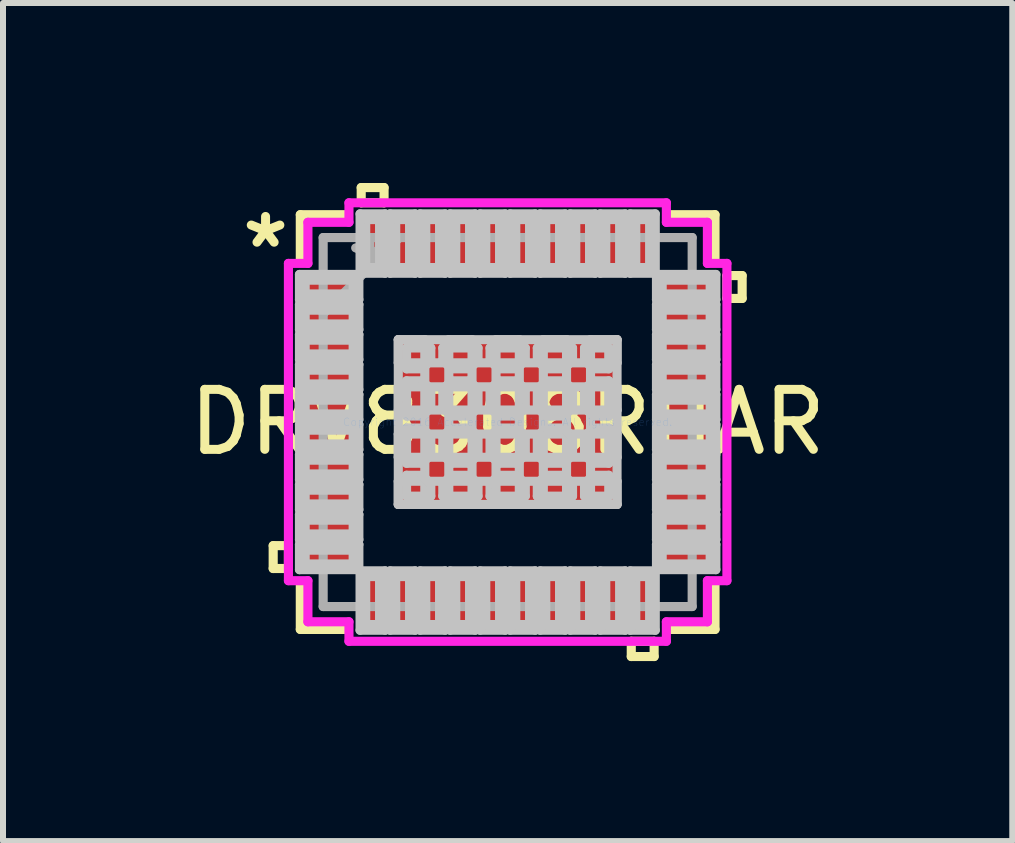
<source format=kicad_pcb>
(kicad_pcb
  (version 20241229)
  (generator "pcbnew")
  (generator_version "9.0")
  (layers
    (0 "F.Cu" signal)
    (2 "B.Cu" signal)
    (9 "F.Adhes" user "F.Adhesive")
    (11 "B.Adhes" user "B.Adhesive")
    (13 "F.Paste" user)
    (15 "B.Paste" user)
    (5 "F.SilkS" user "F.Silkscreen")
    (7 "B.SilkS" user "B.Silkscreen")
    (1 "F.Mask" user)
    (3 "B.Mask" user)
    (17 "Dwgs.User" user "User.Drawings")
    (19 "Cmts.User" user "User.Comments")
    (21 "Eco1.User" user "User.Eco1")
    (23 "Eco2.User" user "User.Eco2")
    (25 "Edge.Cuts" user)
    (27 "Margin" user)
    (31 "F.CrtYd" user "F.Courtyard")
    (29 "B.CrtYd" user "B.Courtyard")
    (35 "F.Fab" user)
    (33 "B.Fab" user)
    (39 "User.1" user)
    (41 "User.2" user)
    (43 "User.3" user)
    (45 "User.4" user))
  (footprint "DRV8308RHAR"
    (layer "F.Cu")
    (at 5.411 3.984)
    (property "Reference" "DRV8308RHAR" (at 0 0 0) (layer "F.SilkS") (effects (font (size 1 1) (thickness 0.15))))
    (attr through_hole)
    (fp_line (start -3.908 2.06) (end -3.908 2.441) (stroke (width 0.152) (type solid)) (layer "F.SilkS"))
    (fp_line (start -3.908 2.441) (end -3.654 2.441) (stroke (width 0.152) (type solid)) (layer "F.SilkS"))
    (fp_line (start -3.654 2.06) (end -3.908 2.06) (stroke (width 0.152) (type solid)) (layer "F.SilkS"))
    (fp_line (start -3.654 2.441) (end -3.654 2.06) (stroke (width 0.152) (type solid)) (layer "F.SilkS"))
    (fp_line (start -3.456 -3.456) (end -3.456 -2.718) (stroke (width 0.152) (type solid)) (layer "F.SilkS"))
    (fp_line (start -3.456 2.718) (end -3.456 3.456) (stroke (width 0.152) (type solid)) (layer "F.SilkS"))
    (fp_line (start -3.456 3.456) (end -2.719 3.456) (stroke (width 0.152) (type solid)) (layer "F.SilkS"))
    (fp_line (start -2.719 -3.456) (end -3.456 -3.456) (stroke (width 0.152) (type solid)) (layer "F.SilkS"))
    (fp_line (start -2.441 -3.908) (end -2.06 -3.908) (stroke (width 0.152) (type solid)) (layer "F.SilkS"))
    (fp_line (start -2.441 -3.654) (end -2.441 -3.908) (stroke (width 0.152) (type solid)) (layer "F.SilkS"))
    (fp_line (start -2.06 -3.908) (end -2.06 -3.654) (stroke (width 0.152) (type solid)) (layer "F.SilkS"))
    (fp_line (start -2.06 -3.654) (end -2.441 -3.654) (stroke (width 0.152) (type solid)) (layer "F.SilkS"))
    (fp_line (start 2.06 3.654) (end 2.06 3.908) (stroke (width 0.152) (type solid)) (layer "F.SilkS"))
    (fp_line (start 2.06 3.908) (end 2.441 3.908) (stroke (width 0.152) (type solid)) (layer "F.SilkS"))
    (fp_line (start 2.441 3.654) (end 2.06 3.654) (stroke (width 0.152) (type solid)) (layer "F.SilkS"))
    (fp_line (start 2.441 3.908) (end 2.441 3.654) (stroke (width 0.152) (type solid)) (layer "F.SilkS"))
    (fp_line (start 2.719 3.456) (end 3.456 3.456) (stroke (width 0.152) (type solid)) (layer "F.SilkS"))
    (fp_line (start 3.456 -3.456) (end 2.719 -3.456) (stroke (width 0.152) (type solid)) (layer "F.SilkS"))
    (fp_line (start 3.456 -2.718) (end 3.456 -3.456) (stroke (width 0.152) (type solid)) (layer "F.SilkS"))
    (fp_line (start 3.456 3.456) (end 3.456 2.718) (stroke (width 0.152) (type solid)) (layer "F.SilkS"))
    (fp_line (start 3.654 -2.441) (end 3.908 -2.441) (stroke (width 0.152) (type solid)) (layer "F.SilkS"))
    (fp_line (start 3.654 -2.06) (end 3.654 -2.441) (stroke (width 0.152) (type solid)) (layer "F.SilkS"))
    (fp_line (start 3.908 -2.441) (end 3.908 -2.06) (stroke (width 0.152) (type solid)) (layer "F.SilkS"))
    (fp_line (start 3.908 -2.06) (end 3.654 -2.06) (stroke (width 0.152) (type solid)) (layer "F.SilkS"))
    (fp_line (start -3.47 -2.46) (end -3.47 -2.04) (stroke (width 0.152) (type solid)) (layer "Dwgs.User"))
    (fp_line (start -3.47 -2.04) (end -2.48 -2.04) (stroke (width 0.152) (type solid)) (layer "Dwgs.User"))
    (fp_line (start -3.47 -1.96) (end -3.47 -1.54) (stroke (width 0.152) (type solid)) (layer "Dwgs.User"))
    (fp_line (start -3.47 -1.54) (end -2.48 -1.54) (stroke (width 0.152) (type solid)) (layer "Dwgs.User"))
    (fp_line (start -3.47 -1.46) (end -3.47 -1.04) (stroke (width 0.152) (type solid)) (layer "Dwgs.User"))
    (fp_line (start -3.47 -1.04) (end -2.48 -1.04) (stroke (width 0.152) (type solid)) (layer "Dwgs.User"))
    (fp_line (start -3.47 -0.96) (end -3.47 -0.54) (stroke (width 0.152) (type solid)) (layer "Dwgs.User"))
    (fp_line (start -3.47 -0.54) (end -2.48 -0.54) (stroke (width 0.152) (type solid)) (layer "Dwgs.User"))
    (fp_line (start -3.47 -0.46) (end -3.47 -0.04) (stroke (width 0.152) (type solid)) (layer "Dwgs.User"))
    (fp_line (start -3.47 -0.04) (end -2.48 -0.04) (stroke (width 0.152) (type solid)) (layer "Dwgs.User"))
    (fp_line (start -3.47 0.04) (end -3.47 0.46) (stroke (width 0.152) (type solid)) (layer "Dwgs.User"))
    (fp_line (start -3.47 0.46) (end -2.48 0.46) (stroke (width 0.152) (type solid)) (layer "Dwgs.User"))
    (fp_line (start -3.47 0.54) (end -3.47 0.96) (stroke (width 0.152) (type solid)) (layer "Dwgs.User"))
    (fp_line (start -3.47 0.96) (end -2.48 0.96) (stroke (width 0.152) (type solid)) (layer "Dwgs.User"))
    (fp_line (start -3.47 1.04) (end -3.47 1.46) (stroke (width 0.152) (type solid)) (layer "Dwgs.User"))
    (fp_line (start -3.47 1.46) (end -2.48 1.46) (stroke (width 0.152) (type solid)) (layer "Dwgs.User"))
    (fp_line (start -3.47 1.54) (end -3.47 1.96) (stroke (width 0.152) (type solid)) (layer "Dwgs.User"))
    (fp_line (start -3.47 1.96) (end -2.48 1.96) (stroke (width 0.152) (type solid)) (layer "Dwgs.User"))
    (fp_line (start -3.47 2.04) (end -3.47 2.46) (stroke (width 0.152) (type solid)) (layer "Dwgs.User"))
    (fp_line (start -3.47 2.46) (end -2.48 2.46) (stroke (width 0.152) (type solid)) (layer "Dwgs.User"))
    (fp_line (start -3.375 -2.365) (end -3.375 -2.135) (stroke (width 0.152) (type solid)) (layer "Dwgs.User"))
    (fp_line (start -3.375 -2.135) (end -2.575 -2.135) (stroke (width 0.152) (type solid)) (layer "Dwgs.User"))
    (fp_line (start -3.375 -1.865) (end -3.375 -1.635) (stroke (width 0.152) (type solid)) (layer "Dwgs.User"))
    (fp_line (start -3.375 -1.635) (end -2.575 -1.635) (stroke (width 0.152) (type solid)) (layer "Dwgs.User"))
    (fp_line (start -3.375 -1.365) (end -3.375 -1.135) (stroke (width 0.152) (type solid)) (layer "Dwgs.User"))
    (fp_line (start -3.375 -1.135) (end -2.575 -1.135) (stroke (width 0.152) (type solid)) (layer "Dwgs.User"))
    (fp_line (start -3.375 -0.865) (end -3.375 -0.635) (stroke (width 0.152) (type solid)) (layer "Dwgs.User"))
    (fp_line (start -3.375 -0.635) (end -2.575 -0.635) (stroke (width 0.152) (type solid)) (layer "Dwgs.User"))
    (fp_line (start -3.375 -0.365) (end -3.375 -0.135) (stroke (width 0.152) (type solid)) (layer "Dwgs.User"))
    (fp_line (start -3.375 -0.135) (end -2.575 -0.135) (stroke (width 0.152) (type solid)) (layer "Dwgs.User"))
    (fp_line (start -3.375 0.135) (end -3.375 0.365) (stroke (width 0.152) (type solid)) (layer "Dwgs.User"))
    (fp_line (start -3.375 0.365) (end -2.575 0.365) (stroke (width 0.152) (type solid)) (layer "Dwgs.User"))
    (fp_line (start -3.375 0.635) (end -3.375 0.865) (stroke (width 0.152) (type solid)) (layer "Dwgs.User"))
    (fp_line (start -3.375 0.865) (end -2.575 0.865) (stroke (width 0.152) (type solid)) (layer "Dwgs.User"))
    (fp_line (start -3.375 1.135) (end -3.375 1.365) (stroke (width 0.152) (type solid)) (layer "Dwgs.User"))
    (fp_line (start -3.375 1.365) (end -2.575 1.365) (stroke (width 0.152) (type solid)) (layer "Dwgs.User"))
    (fp_line (start -3.375 1.635) (end -3.375 1.865) (stroke (width 0.152) (type solid)) (layer "Dwgs.User"))
    (fp_line (start -3.375 1.865) (end -2.575 1.865) (stroke (width 0.152) (type solid)) (layer "Dwgs.User"))
    (fp_line (start -3.375 2.135) (end -3.375 2.365) (stroke (width 0.152) (type solid)) (layer "Dwgs.User"))
    (fp_line (start -3.375 2.365) (end -2.575 2.365) (stroke (width 0.152) (type solid)) (layer "Dwgs.User"))
    (fp_line (start -2.575 -2.365) (end -3.375 -2.365) (stroke (width 0.152) (type solid)) (layer "Dwgs.User"))
    (fp_line (start -2.575 -2.135) (end -2.575 -2.365) (stroke (width 0.152) (type solid)) (layer "Dwgs.User"))
    (fp_line (start -2.575 -1.865) (end -3.375 -1.865) (stroke (width 0.152) (type solid)) (layer "Dwgs.User"))
    (fp_line (start -2.575 -1.635) (end -2.575 -1.865) (stroke (width 0.152) (type solid)) (layer "Dwgs.User"))
    (fp_line (start -2.575 -1.365) (end -3.375 -1.365) (stroke (width 0.152) (type solid)) (layer "Dwgs.User"))
    (fp_line (start -2.575 -1.135) (end -2.575 -1.365) (stroke (width 0.152) (type solid)) (layer "Dwgs.User"))
    (fp_line (start -2.575 -0.865) (end -3.375 -0.865) (stroke (width 0.152) (type solid)) (layer "Dwgs.User"))
    (fp_line (start -2.575 -0.635) (end -2.575 -0.865) (stroke (width 0.152) (type solid)) (layer "Dwgs.User"))
    (fp_line (start -2.575 -0.365) (end -3.375 -0.365) (stroke (width 0.152) (type solid)) (layer "Dwgs.User"))
    (fp_line (start -2.575 -0.135) (end -2.575 -0.365) (stroke (width 0.152) (type solid)) (layer "Dwgs.User"))
    (fp_line (start -2.575 0.135) (end -3.375 0.135) (stroke (width 0.152) (type solid)) (layer "Dwgs.User"))
    (fp_line (start -2.575 0.365) (end -2.575 0.135) (stroke (width 0.152) (type solid)) (layer "Dwgs.User"))
    (fp_line (start -2.575 0.635) (end -3.375 0.635) (stroke (width 0.152) (type solid)) (layer "Dwgs.User"))
    (fp_line (start -2.575 0.865) (end -2.575 0.635) (stroke (width 0.152) (type solid)) (layer "Dwgs.User"))
    (fp_line (start -2.575 1.135) (end -3.375 1.135) (stroke (width 0.152) (type solid)) (layer "Dwgs.User"))
    (fp_line (start -2.575 1.365) (end -2.575 1.135) (stroke (width 0.152) (type solid)) (layer "Dwgs.User"))
    (fp_line (start -2.575 1.635) (end -3.375 1.635) (stroke (width 0.152) (type solid)) (layer "Dwgs.User"))
    (fp_line (start -2.575 1.865) (end -2.575 1.635) (stroke (width 0.152) (type solid)) (layer "Dwgs.User"))
    (fp_line (start -2.575 2.135) (end -3.375 2.135) (stroke (width 0.152) (type solid)) (layer "Dwgs.User"))
    (fp_line (start -2.575 2.365) (end -2.575 2.135) (stroke (width 0.152) (type solid)) (layer "Dwgs.User"))
    (fp_line (start -2.48 -2.46) (end -3.47 -2.46) (stroke (width 0.152) (type solid)) (layer "Dwgs.User"))
    (fp_line (start -2.48 -2.04) (end -2.48 -2.46) (stroke (width 0.152) (type solid)) (layer "Dwgs.User"))
    (fp_line (start -2.48 -1.96) (end -3.47 -1.96) (stroke (width 0.152) (type solid)) (layer "Dwgs.User"))
    (fp_line (start -2.48 -1.54) (end -2.48 -1.96) (stroke (width 0.152) (type solid)) (layer "Dwgs.User"))
    (fp_line (start -2.48 -1.46) (end -3.47 -1.46) (stroke (width 0.152) (type solid)) (layer "Dwgs.User"))
    (fp_line (start -2.48 -1.04) (end -2.48 -1.46) (stroke (width 0.152) (type solid)) (layer "Dwgs.User"))
    (fp_line (start -2.48 -0.96) (end -3.47 -0.96) (stroke (width 0.152) (type solid)) (layer "Dwgs.User"))
    (fp_line (start -2.48 -0.54) (end -2.48 -0.96) (stroke (width 0.152) (type solid)) (layer "Dwgs.User"))
    (fp_line (start -2.48 -0.46) (end -3.47 -0.46) (stroke (width 0.152) (type solid)) (layer "Dwgs.User"))
    (fp_line (start -2.48 -0.04) (end -2.48 -0.46) (stroke (width 0.152) (type solid)) (layer "Dwgs.User"))
    (fp_line (start -2.48 0.04) (end -3.47 0.04) (stroke (width 0.152) (type solid)) (layer "Dwgs.User"))
    (fp_line (start -2.48 0.46) (end -2.48 0.04) (stroke (width 0.152) (type solid)) (layer "Dwgs.User"))
    (fp_line (start -2.48 0.54) (end -3.47 0.54) (stroke (width 0.152) (type solid)) (layer "Dwgs.User"))
    (fp_line (start -2.48 0.96) (end -2.48 0.54) (stroke (width 0.152) (type solid)) (layer "Dwgs.User"))
    (fp_line (start -2.48 1.04) (end -3.47 1.04) (stroke (width 0.152) (type solid)) (layer "Dwgs.User"))
    (fp_line (start -2.48 1.46) (end -2.48 1.04) (stroke (width 0.152) (type solid)) (layer "Dwgs.User"))
    (fp_line (start -2.48 1.54) (end -3.47 1.54) (stroke (width 0.152) (type solid)) (layer "Dwgs.User"))
    (fp_line (start -2.48 1.96) (end -2.48 1.54) (stroke (width 0.152) (type solid)) (layer "Dwgs.User"))
    (fp_line (start -2.48 2.04) (end -3.47 2.04) (stroke (width 0.152) (type solid)) (layer "Dwgs.User"))
    (fp_line (start -2.48 2.46) (end -2.48 2.04) (stroke (width 0.152) (type solid)) (layer "Dwgs.User"))
    (fp_line (start -2.46 -3.47) (end -2.46 -2.48) (stroke (width 0.152) (type solid)) (layer "Dwgs.User"))
    (fp_line (start -2.46 -2.48) (end -2.041 -2.48) (stroke (width 0.152) (type solid)) (layer "Dwgs.User"))
    (fp_line (start -2.46 2.48) (end -2.46 3.47) (stroke (width 0.152) (type solid)) (layer "Dwgs.User"))
    (fp_line (start -2.46 3.47) (end -2.041 3.47) (stroke (width 0.152) (type solid)) (layer "Dwgs.User"))
    (fp_line (start -2.366 -3.375) (end -2.366 -2.575) (stroke (width 0.152) (type solid)) (layer "Dwgs.User"))
    (fp_line (start -2.366 -2.575) (end -2.135 -2.575) (stroke (width 0.152) (type solid)) (layer "Dwgs.User"))
    (fp_line (start -2.366 2.575) (end -2.366 3.375) (stroke (width 0.152) (type solid)) (layer "Dwgs.User"))
    (fp_line (start -2.366 3.375) (end -2.135 3.375) (stroke (width 0.152) (type solid)) (layer "Dwgs.User"))
    (fp_line (start -2.135 -3.375) (end -2.366 -3.375) (stroke (width 0.152) (type solid)) (layer "Dwgs.User"))
    (fp_line (start -2.135 -2.575) (end -2.135 -3.375) (stroke (width 0.152) (type solid)) (layer "Dwgs.User"))
    (fp_line (start -2.135 2.575) (end -2.366 2.575) (stroke (width 0.152) (type solid)) (layer "Dwgs.User"))
    (fp_line (start -2.135 3.375) (end -2.135 2.575) (stroke (width 0.152) (type solid)) (layer "Dwgs.User"))
    (fp_line (start -2.041 -3.47) (end -2.46 -3.47) (stroke (width 0.152) (type solid)) (layer "Dwgs.User"))
    (fp_line (start -2.041 -2.48) (end -2.041 -3.47) (stroke (width 0.152) (type solid)) (layer "Dwgs.User"))
    (fp_line (start -2.041 2.48) (end -2.46 2.48) (stroke (width 0.152) (type solid)) (layer "Dwgs.User"))
    (fp_line (start -2.041 3.47) (end -2.041 2.48) (stroke (width 0.152) (type solid)) (layer "Dwgs.User"))
    (fp_line (start -1.96 -3.47) (end -1.96 -2.48) (stroke (width 0.152) (type solid)) (layer "Dwgs.User"))
    (fp_line (start -1.96 -2.48) (end -1.541 -2.48) (stroke (width 0.152) (type solid)) (layer "Dwgs.User"))
    (fp_line (start -1.96 2.48) (end -1.96 3.47) (stroke (width 0.152) (type solid)) (layer "Dwgs.User"))
    (fp_line (start -1.96 3.47) (end -1.541 3.47) (stroke (width 0.152) (type solid)) (layer "Dwgs.User"))
    (fp_line (start -1.866 -3.375) (end -1.866 -2.575) (stroke (width 0.152) (type solid)) (layer "Dwgs.User"))
    (fp_line (start -1.866 -2.575) (end -1.635 -2.575) (stroke (width 0.152) (type solid)) (layer "Dwgs.User"))
    (fp_line (start -1.866 2.575) (end -1.866 3.375) (stroke (width 0.152) (type solid)) (layer "Dwgs.User"))
    (fp_line (start -1.866 3.375) (end -1.635 3.375) (stroke (width 0.152) (type solid)) (layer "Dwgs.User"))
    (fp_line (start -1.823 -1.373) (end -1.381 -1.373) (stroke (width 0.152) (type solid)) (layer "Dwgs.User"))
    (fp_line (start -1.823 -1.373) (end 1.823 -1.373) (stroke (width 0.152) (type solid)) (layer "Dwgs.User"))
    (fp_line (start -1.823 -0.987) (end -1.823 -1.373) (stroke (width 0.152) (type solid)) (layer "Dwgs.User"))
    (fp_line (start -1.823 -0.587) (end 1.823 -0.587) (stroke (width 0.152) (type solid)) (layer "Dwgs.User"))
    (fp_line (start -1.823 -0.2) (end -1.823 -0.587) (stroke (width 0.152) (type solid)) (layer "Dwgs.User"))
    (fp_line (start -1.823 0.2) (end 1.823 0.2) (stroke (width 0.152) (type solid)) (layer "Dwgs.User"))
    (fp_line (start -1.823 0.587) (end -1.823 0.2) (stroke (width 0.152) (type solid)) (layer "Dwgs.User"))
    (fp_line (start -1.823 0.987) (end 1.823 0.987) (stroke (width 0.152) (type solid)) (layer "Dwgs.User"))
    (fp_line (start -1.823 1.373) (end -1.823 -1.373) (stroke (width 0.152) (type solid)) (layer "Dwgs.User"))
    (fp_line (start -1.823 1.373) (end -1.823 0.987) (stroke (width 0.152) (type solid)) (layer "Dwgs.User"))
    (fp_line (start -1.685 -1.235) (end -1.685 -0.887) (stroke (width 0.152) (type solid)) (layer "Dwgs.User"))
    (fp_line (start -1.685 -0.887) (end -1.423 -0.887) (stroke (width 0.152) (type solid)) (layer "Dwgs.User"))
    (fp_line (start -1.685 -0.687) (end -1.685 -0.1) (stroke (width 0.152) (type solid)) (layer "Dwgs.User"))
    (fp_line (start -1.685 -0.1) (end -1.423 -0.1) (stroke (width 0.152) (type solid)) (layer "Dwgs.User"))
    (fp_line (start -1.685 0.1) (end -1.685 0.687) (stroke (width 0.152) (type solid)) (layer "Dwgs.User"))
    (fp_line (start -1.685 0.687) (end -1.423 0.687) (stroke (width 0.152) (type solid)) (layer "Dwgs.User"))
    (fp_line (start -1.685 0.887) (end -1.685 1.235) (stroke (width 0.152) (type solid)) (layer "Dwgs.User"))
    (fp_line (start -1.685 1.235) (end -1.281 1.235) (stroke (width 0.152) (type solid)) (layer "Dwgs.User"))
    (fp_line (start -1.635 -3.375) (end -1.866 -3.375) (stroke (width 0.152) (type solid)) (layer "Dwgs.User"))
    (fp_line (start -1.635 -2.575) (end -1.635 -3.375) (stroke (width 0.152) (type solid)) (layer "Dwgs.User"))
    (fp_line (start -1.635 2.575) (end -1.866 2.575) (stroke (width 0.152) (type solid)) (layer "Dwgs.User"))
    (fp_line (start -1.635 3.375) (end -1.635 2.575) (stroke (width 0.152) (type solid)) (layer "Dwgs.User"))
    (fp_line (start -1.541 -3.47) (end -1.96 -3.47) (stroke (width 0.152) (type solid)) (layer "Dwgs.User"))
    (fp_line (start -1.541 -2.48) (end -1.541 -3.47) (stroke (width 0.152) (type solid)) (layer "Dwgs.User"))
    (fp_line (start -1.541 2.48) (end -1.96 2.48) (stroke (width 0.152) (type solid)) (layer "Dwgs.User"))
    (fp_line (start -1.541 3.47) (end -1.541 2.48) (stroke (width 0.152) (type solid)) (layer "Dwgs.User"))
    (fp_line (start -1.46 -3.47) (end -1.46 -2.48) (stroke (width 0.152) (type solid)) (layer "Dwgs.User"))
    (fp_line (start -1.46 -2.48) (end -1.041 -2.48) (stroke (width 0.152) (type solid)) (layer "Dwgs.User"))
    (fp_line (start -1.46 2.48) (end -1.46 3.47) (stroke (width 0.152) (type solid)) (layer "Dwgs.User"))
    (fp_line (start -1.46 3.47) (end -1.041 3.47) (stroke (width 0.152) (type solid)) (layer "Dwgs.User"))
    (fp_line (start -1.423 -0.887) (end -1.423 -0.887) (stroke (width 0.152) (type solid)) (layer "Dwgs.User"))
    (fp_line (start -1.423 -0.887) (end -1.281 -1.029) (stroke (width 0.152) (type solid)) (layer "Dwgs.User"))
    (fp_line (start -1.423 -0.687) (end -1.685 -0.687) (stroke (width 0.152) (type solid)) (layer "Dwgs.User"))
    (fp_line (start -1.423 -0.687) (end -1.423 -0.687) (stroke (width 0.152) (type solid)) (layer "Dwgs.User"))
    (fp_line (start -1.423 -0.1) (end -1.423 -0.1) (stroke (width 0.152) (type solid)) (layer "Dwgs.User"))
    (fp_line (start -1.423 -0.1) (end -1.281 -0.241) (stroke (width 0.152) (type solid)) (layer "Dwgs.User"))
    (fp_line (start -1.423 0.1) (end -1.685 0.1) (stroke (width 0.152) (type solid)) (layer "Dwgs.User"))
    (fp_line (start -1.423 0.1) (end -1.423 0.1) (stroke (width 0.152) (type solid)) (layer "Dwgs.User"))
    (fp_line (start -1.423 0.687) (end -1.423 0.687) (stroke (width 0.152) (type solid)) (layer "Dwgs.User"))
    (fp_line (start -1.423 0.687) (end -1.281 0.546) (stroke (width 0.152) (type solid)) (layer "Dwgs.User"))
    (fp_line (start -1.423 0.887) (end -1.685 0.887) (stroke (width 0.152) (type solid)) (layer "Dwgs.User"))
    (fp_line (start -1.423 0.887) (end -1.423 0.887) (stroke (width 0.152) (type solid)) (layer "Dwgs.User"))
    (fp_line (start -1.381 -1.373) (end -1.381 1.373) (stroke (width 0.152) (type solid)) (layer "Dwgs.User"))
    (fp_line (start -1.381 1.373) (end -1.823 1.373) (stroke (width 0.152) (type solid)) (layer "Dwgs.User"))
    (fp_line (start -1.365 -3.375) (end -1.365 -2.575) (stroke (width 0.152) (type solid)) (layer "Dwgs.User"))
    (fp_line (start -1.365 -2.575) (end -1.135 -2.575) (stroke (width 0.152) (type solid)) (layer "Dwgs.User"))
    (fp_line (start -1.365 2.575) (end -1.365 3.375) (stroke (width 0.152) (type solid)) (layer "Dwgs.User"))
    (fp_line (start -1.365 3.375) (end -1.135 3.375) (stroke (width 0.152) (type solid)) (layer "Dwgs.User"))
    (fp_line (start -1.281 -1.235) (end -1.685 -1.235) (stroke (width 0.152) (type solid)) (layer "Dwgs.User"))
    (fp_line (start -1.281 -1.029) (end -1.281 -1.235) (stroke (width 0.152) (type solid)) (layer "Dwgs.User"))
    (fp_line (start -1.281 -1.029) (end -1.281 -1.029) (stroke (width 0.152) (type solid)) (layer "Dwgs.User"))
    (fp_line (start -1.281 -0.546) (end -1.423 -0.687) (stroke (width 0.152) (type solid)) (layer "Dwgs.User"))
    (fp_line (start -1.281 -0.546) (end -1.281 -0.546) (stroke (width 0.152) (type solid)) (layer "Dwgs.User"))
    (fp_line (start -1.281 -0.241) (end -1.281 -0.546) (stroke (width 0.152) (type solid)) (layer "Dwgs.User"))
    (fp_line (start -1.281 -0.241) (end -1.281 -0.241) (stroke (width 0.152) (type solid)) (layer "Dwgs.User"))
    (fp_line (start -1.281 0.241) (end -1.423 0.1) (stroke (width 0.152) (type solid)) (layer "Dwgs.User"))
    (fp_line (start -1.281 0.241) (end -1.281 0.241) (stroke (width 0.152) (type solid)) (layer "Dwgs.User"))
    (fp_line (start -1.281 0.546) (end -1.281 0.241) (stroke (width 0.152) (type solid)) (layer "Dwgs.User"))
    (fp_line (start -1.281 0.546) (end -1.281 0.546) (stroke (width 0.152) (type solid)) (layer "Dwgs.User"))
    (fp_line (start -1.281 1.029) (end -1.423 0.887) (stroke (width 0.152) (type solid)) (layer "Dwgs.User"))
    (fp_line (start -1.281 1.029) (end -1.281 1.029) (stroke (width 0.152) (type solid)) (layer "Dwgs.User"))
    (fp_line (start -1.281 1.235) (end -1.281 1.029) (stroke (width 0.152) (type solid)) (layer "Dwgs.User"))
    (fp_line (start -1.135 -3.375) (end -1.365 -3.375) (stroke (width 0.152) (type solid)) (layer "Dwgs.User"))
    (fp_line (start -1.135 -2.575) (end -1.135 -3.375) (stroke (width 0.152) (type solid)) (layer "Dwgs.User"))
    (fp_line (start -1.135 2.575) (end -1.365 2.575) (stroke (width 0.152) (type solid)) (layer "Dwgs.User"))
    (fp_line (start -1.135 3.375) (end -1.135 2.575) (stroke (width 0.152) (type solid)) (layer "Dwgs.User"))
    (fp_line (start -1.081 -1.235) (end -1.081 -1.029) (stroke (width 0.152) (type solid)) (layer "Dwgs.User"))
    (fp_line (start -1.081 -1.029) (end -1.081 -1.029) (stroke (width 0.152) (type solid)) (layer "Dwgs.User"))
    (fp_line (start -1.081 -1.029) (end -0.94 -0.887) (stroke (width 0.152) (type solid)) (layer "Dwgs.User"))
    (fp_line (start -1.081 -0.546) (end -1.081 -0.546) (stroke (width 0.152) (type solid)) (layer "Dwgs.User"))
    (fp_line (start -1.081 -0.546) (end -1.081 -0.241) (stroke (width 0.152) (type solid)) (layer "Dwgs.User"))
    (fp_line (start -1.081 -0.241) (end -1.081 -0.241) (stroke (width 0.152) (type solid)) (layer "Dwgs.User"))
    (fp_line (start -1.081 -0.241) (end -0.94 -0.1) (stroke (width 0.152) (type solid)) (layer "Dwgs.User"))
    (fp_line (start -1.081 0.241) (end -1.081 0.241) (stroke (width 0.152) (type solid)) (layer "Dwgs.User"))
    (fp_line (start -1.081 0.241) (end -1.081 0.546) (stroke (width 0.152) (type solid)) (layer "Dwgs.User"))
    (fp_line (start -1.081 0.546) (end -1.081 0.546) (stroke (width 0.152) (type solid)) (layer "Dwgs.User"))
    (fp_line (start -1.081 0.546) (end -0.94 0.687) (stroke (width 0.152) (type solid)) (layer "Dwgs.User"))
    (fp_line (start -1.081 1.029) (end -1.081 1.029) (stroke (width 0.152) (type solid)) (layer "Dwgs.User"))
    (fp_line (start -1.081 1.029) (end -1.081 1.235) (stroke (width 0.152) (type solid)) (layer "Dwgs.User"))
    (fp_line (start -1.081 1.235) (end -0.494 1.235) (stroke (width 0.152) (type solid)) (layer "Dwgs.User"))
    (fp_line (start -1.041 -3.47) (end -1.46 -3.47) (stroke (width 0.152) (type solid)) (layer "Dwgs.User"))
    (fp_line (start -1.041 -2.48) (end -1.041 -3.47) (stroke (width 0.152) (type solid)) (layer "Dwgs.User"))
    (fp_line (start -1.041 2.48) (end -1.46 2.48) (stroke (width 0.152) (type solid)) (layer "Dwgs.User"))
    (fp_line (start -1.041 3.47) (end -1.041 2.48) (stroke (width 0.152) (type solid)) (layer "Dwgs.User"))
    (fp_line (start -0.981 -1.373) (end -0.981 1.373) (stroke (width 0.152) (type solid)) (layer "Dwgs.User"))
    (fp_line (start -0.981 1.373) (end -0.594 1.373) (stroke (width 0.152) (type solid)) (layer "Dwgs.User"))
    (fp_line (start -0.96 -3.47) (end -0.96 -2.48) (stroke (width 0.152) (type solid)) (layer "Dwgs.User"))
    (fp_line (start -0.96 -2.48) (end -0.541 -2.48) (stroke (width 0.152) (type solid)) (layer "Dwgs.User"))
    (fp_line (start -0.96 2.48) (end -0.96 3.47) (stroke (width 0.152) (type solid)) (layer "Dwgs.User"))
    (fp_line (start -0.96 3.47) (end -0.541 3.47) (stroke (width 0.152) (type solid)) (layer "Dwgs.User"))
    (fp_line (start -0.94 -0.887) (end -0.94 -0.887) (stroke (width 0.152) (type solid)) (layer "Dwgs.User"))
    (fp_line (start -0.94 -0.887) (end -0.635 -0.887) (stroke (width 0.152) (type solid)) (layer "Dwgs.User"))
    (fp_line (start -0.94 -0.687) (end -1.081 -0.546) (stroke (width 0.152) (type solid)) (layer "Dwgs.User"))
    (fp_line (start -0.94 -0.687) (end -0.94 -0.687) (stroke (width 0.152) (type solid)) (layer "Dwgs.User"))
    (fp_line (start -0.94 -0.1) (end -0.94 -0.1) (stroke (width 0.152) (type solid)) (layer "Dwgs.User"))
    (fp_line (start -0.94 -0.1) (end -0.635 -0.1) (stroke (width 0.152) (type solid)) (layer "Dwgs.User"))
    (fp_line (start -0.94 0.1) (end -1.081 0.241) (stroke (width 0.152) (type solid)) (layer "Dwgs.User"))
    (fp_line (start -0.94 0.1) (end -0.94 0.1) (stroke (width 0.152) (type solid)) (layer "Dwgs.User"))
    (fp_line (start -0.94 0.687) (end -0.94 0.687) (stroke (width 0.152) (type solid)) (layer "Dwgs.User"))
    (fp_line (start -0.94 0.687) (end -0.635 0.687) (stroke (width 0.152) (type solid)) (layer "Dwgs.User"))
    (fp_line (start -0.94 0.887) (end -1.081 1.029) (stroke (width 0.152) (type solid)) (layer "Dwgs.User"))
    (fp_line (start -0.94 0.887) (end -0.94 0.887) (stroke (width 0.152) (type solid)) (layer "Dwgs.User"))
    (fp_line (start -0.865 -3.375) (end -0.865 -2.575) (stroke (width 0.152) (type solid)) (layer "Dwgs.User"))
    (fp_line (start -0.865 -2.575) (end -0.635 -2.575) (stroke (width 0.152) (type solid)) (layer "Dwgs.User"))
    (fp_line (start -0.865 2.575) (end -0.865 3.375) (stroke (width 0.152) (type solid)) (layer "Dwgs.User"))
    (fp_line (start -0.865 3.375) (end -0.635 3.375) (stroke (width 0.152) (type solid)) (layer "Dwgs.User"))
    (fp_line (start -0.635 -0.887) (end -0.635 -0.887) (stroke (width 0.152) (type solid)) (layer "Dwgs.User"))
    (fp_line (start -0.635 -0.887) (end -0.494 -1.029) (stroke (width 0.152) (type solid)) (layer "Dwgs.User"))
    (fp_line (start -0.635 -0.687) (end -0.94 -0.687) (stroke (width 0.152) (type solid)) (layer "Dwgs.User"))
    (fp_line (start -0.635 -0.687) (end -0.635 -0.687) (stroke (width 0.152) (type solid)) (layer "Dwgs.User"))
    (fp_line (start -0.635 -0.1) (end -0.635 -0.1) (stroke (width 0.152) (type solid)) (layer "Dwgs.User"))
    (fp_line (start -0.635 -0.1) (end -0.494 -0.241) (stroke (width 0.152) (type solid)) (layer "Dwgs.User"))
    (fp_line (start -0.635 0.1) (end -0.94 0.1) (stroke (width 0.152) (type solid)) (layer "Dwgs.User"))
    (fp_line (start -0.635 0.1) (end -0.635 0.1) (stroke (width 0.152) (type solid)) (layer "Dwgs.User"))
    (fp_line (start -0.635 0.687) (end -0.635 0.687) (stroke (width 0.152) (type solid)) (layer "Dwgs.User"))
    (fp_line (start -0.635 0.687) (end -0.494 0.546) (stroke (width 0.152) (type solid)) (layer "Dwgs.User"))
    (fp_line (start -0.635 0.887) (end -0.94 0.887) (stroke (width 0.152) (type solid)) (layer "Dwgs.User"))
    (fp_line (start -0.635 0.887) (end -0.635 0.887) (stroke (width 0.152) (type solid)) (layer "Dwgs.User"))
    (fp_line (start -0.635 -3.375) (end -0.865 -3.375) (stroke (width 0.152) (type solid)) (layer "Dwgs.User"))
    (fp_line (start -0.635 -2.575) (end -0.635 -3.375) (stroke (width 0.152) (type solid)) (layer "Dwgs.User"))
    (fp_line (start -0.635 2.575) (end -0.865 2.575) (stroke (width 0.152) (type solid)) (layer "Dwgs.User"))
    (fp_line (start -0.635 3.375) (end -0.635 2.575) (stroke (width 0.152) (type solid)) (layer "Dwgs.User"))
    (fp_line (start -0.594 -1.373) (end -0.981 -1.373) (stroke (width 0.152) (type solid)) (layer "Dwgs.User"))
    (fp_line (start -0.594 1.373) (end -0.594 -1.373) (stroke (width 0.152) (type solid)) (layer "Dwgs.User"))
    (fp_line (start -0.541 -3.47) (end -0.96 -3.47) (stroke (width 0.152) (type solid)) (layer "Dwgs.User"))
    (fp_line (start -0.541 -2.48) (end -0.541 -3.47) (stroke (width 0.152) (type solid)) (layer "Dwgs.User"))
    (fp_line (start -0.541 2.48) (end -0.96 2.48) (stroke (width 0.152) (type solid)) (layer "Dwgs.User"))
    (fp_line (start -0.541 3.47) (end -0.541 2.48) (stroke (width 0.152) (type solid)) (layer "Dwgs.User"))
    (fp_line (start -0.494 -1.235) (end -1.081 -1.235) (stroke (width 0.152) (type solid)) (layer "Dwgs.User"))
    (fp_line (start -0.494 -1.029) (end -0.494 -1.235) (stroke (width 0.152) (type solid)) (layer "Dwgs.User"))
    (fp_line (start -0.494 -1.029) (end -0.494 -1.029) (stroke (width 0.152) (type solid)) (layer "Dwgs.User"))
    (fp_line (start -0.494 -0.546) (end -0.635 -0.687) (stroke (width 0.152) (type solid)) (layer "Dwgs.User"))
    (fp_line (start -0.494 -0.546) (end -0.494 -0.546) (stroke (width 0.152) (type solid)) (layer "Dwgs.User"))
    (fp_line (start -0.494 -0.241) (end -0.494 -0.546) (stroke (width 0.152) (type solid)) (layer "Dwgs.User"))
    (fp_line (start -0.494 -0.241) (end -0.494 -0.241) (stroke (width 0.152) (type solid)) (layer "Dwgs.User"))
    (fp_line (start -0.494 0.241) (end -0.635 0.1) (stroke (width 0.152) (type solid)) (layer "Dwgs.User"))
    (fp_line (start -0.494 0.241) (end -0.494 0.241) (stroke (width 0.152) (type solid)) (layer "Dwgs.User"))
    (fp_line (start -0.494 0.546) (end -0.494 0.241) (stroke (width 0.152) (type solid)) (layer "Dwgs.User"))
    (fp_line (start -0.494 0.546) (end -0.494 0.546) (stroke (width 0.152) (type solid)) (layer "Dwgs.User"))
    (fp_line (start -0.494 1.029) (end -0.635 0.887) (stroke (width 0.152) (type solid)) (layer "Dwgs.User"))
    (fp_line (start -0.494 1.029) (end -0.494 1.029) (stroke (width 0.152) (type solid)) (layer "Dwgs.User"))
    (fp_line (start -0.494 1.235) (end -0.494 1.029) (stroke (width 0.152) (type solid)) (layer "Dwgs.User"))
    (fp_line (start -0.46 -3.47) (end -0.46 -2.48) (stroke (width 0.152) (type solid)) (layer "Dwgs.User"))
    (fp_line (start -0.46 -2.48) (end -0.04 -2.48) (stroke (width 0.152) (type solid)) (layer "Dwgs.User"))
    (fp_line (start -0.46 2.48) (end -0.46 3.47) (stroke (width 0.152) (type solid)) (layer "Dwgs.User"))
    (fp_line (start -0.46 3.47) (end -0.04 3.47) (stroke (width 0.152) (type solid)) (layer "Dwgs.User"))
    (fp_line (start -0.365 -3.375) (end -0.365 -2.575) (stroke (width 0.152) (type solid)) (layer "Dwgs.User"))
    (fp_line (start -0.365 -2.575) (end -0.135 -2.575) (stroke (width 0.152) (type solid)) (layer "Dwgs.User"))
    (fp_line (start -0.365 2.575) (end -0.365 3.375) (stroke (width 0.152) (type solid)) (layer "Dwgs.User"))
    (fp_line (start -0.365 3.375) (end -0.135 3.375) (stroke (width 0.152) (type solid)) (layer "Dwgs.User"))
    (fp_line (start -0.294 -1.235) (end -0.294 -1.029) (stroke (width 0.152) (type solid)) (layer "Dwgs.User"))
    (fp_line (start -0.294 -1.029) (end -0.294 -1.029) (stroke (width 0.152) (type solid)) (layer "Dwgs.User"))
    (fp_line (start -0.294 -1.029) (end -0.152 -0.887) (stroke (width 0.152) (type solid)) (layer "Dwgs.User"))
    (fp_line (start -0.294 -0.546) (end -0.294 -0.546) (stroke (width 0.152) (type solid)) (layer "Dwgs.User"))
    (fp_line (start -0.294 -0.546) (end -0.294 -0.241) (stroke (width 0.152) (type solid)) (layer "Dwgs.User"))
    (fp_line (start -0.294 -0.241) (end -0.294 -0.241) (stroke (width 0.152) (type solid)) (layer "Dwgs.User"))
    (fp_line (start -0.294 -0.241) (end -0.152 -0.1) (stroke (width 0.152) (type solid)) (layer "Dwgs.User"))
    (fp_line (start -0.294 0.241) (end -0.294 0.241) (stroke (width 0.152) (type solid)) (layer "Dwgs.User"))
    (fp_line (start -0.294 0.241) (end -0.294 0.546) (stroke (width 0.152) (type solid)) (layer "Dwgs.User"))
    (fp_line (start -0.294 0.546) (end -0.294 0.546) (stroke (width 0.152) (type solid)) (layer "Dwgs.User"))
    (fp_line (start -0.294 0.546) (end -0.152 0.687) (stroke (width 0.152) (type solid)) (layer "Dwgs.User"))
    (fp_line (start -0.294 1.029) (end -0.294 1.029) (stroke (width 0.152) (type solid)) (layer "Dwgs.User"))
    (fp_line (start -0.294 1.029) (end -0.294 1.235) (stroke (width 0.152) (type solid)) (layer "Dwgs.User"))
    (fp_line (start -0.294 1.235) (end 0.294 1.235) (stroke (width 0.152) (type solid)) (layer "Dwgs.User"))
    (fp_line (start -0.194 -1.373) (end -0.194 1.373) (stroke (width 0.152) (type solid)) (layer "Dwgs.User"))
    (fp_line (start -0.194 1.373) (end 0.194 1.373) (stroke (width 0.152) (type solid)) (layer "Dwgs.User"))
    (fp_line (start -0.152 -0.887) (end -0.152 -0.887) (stroke (width 0.152) (type solid)) (layer "Dwgs.User"))
    (fp_line (start -0.152 -0.887) (end 0.152 -0.887) (stroke (width 0.152) (type solid)) (layer "Dwgs.User"))
    (fp_line (start -0.152 -0.687) (end -0.294 -0.546) (stroke (width 0.152) (type solid)) (layer "Dwgs.User"))
    (fp_line (start -0.152 -0.687) (end -0.152 -0.687) (stroke (width 0.152) (type solid)) (layer "Dwgs.User"))
    (fp_line (start -0.152 -0.1) (end -0.152 -0.1) (stroke (width 0.152) (type solid)) (layer "Dwgs.User"))
    (fp_line (start -0.152 -0.1) (end 0.152 -0.1) (stroke (width 0.152) (type solid)) (layer "Dwgs.User"))
    (fp_line (start -0.152 0.1) (end -0.294 0.241) (stroke (width 0.152) (type solid)) (layer "Dwgs.User"))
    (fp_line (start -0.152 0.1) (end -0.152 0.1) (stroke (width 0.152) (type solid)) (layer "Dwgs.User"))
    (fp_line (start -0.152 0.687) (end -0.152 0.687) (stroke (width 0.152) (type solid)) (layer "Dwgs.User"))
    (fp_line (start -0.152 0.687) (end 0.152 0.687) (stroke (width 0.152) (type solid)) (layer "Dwgs.User"))
    (fp_line (start -0.152 0.887) (end -0.294 1.029) (stroke (width 0.152) (type solid)) (layer "Dwgs.User"))
    (fp_line (start -0.152 0.887) (end -0.152 0.887) (stroke (width 0.152) (type solid)) (layer "Dwgs.User"))
    (fp_line (start -0.135 -3.375) (end -0.365 -3.375) (stroke (width 0.152) (type solid)) (layer "Dwgs.User"))
    (fp_line (start -0.135 -2.575) (end -0.135 -3.375) (stroke (width 0.152) (type solid)) (layer "Dwgs.User"))
    (fp_line (start -0.135 2.575) (end -0.365 2.575) (stroke (width 0.152) (type solid)) (layer "Dwgs.User"))
    (fp_line (start -0.135 3.375) (end -0.135 2.575) (stroke (width 0.152) (type solid)) (layer "Dwgs.User"))
    (fp_line (start -0.04 -3.47) (end -0.46 -3.47) (stroke (width 0.152) (type solid)) (layer "Dwgs.User"))
    (fp_line (start -0.04 -2.48) (end -0.04 -3.47) (stroke (width 0.152) (type solid)) (layer "Dwgs.User"))
    (fp_line (start -0.04 2.48) (end -0.46 2.48) (stroke (width 0.152) (type solid)) (layer "Dwgs.User"))
    (fp_line (start -0.04 3.47) (end -0.04 2.48) (stroke (width 0.152) (type solid)) (layer "Dwgs.User"))
    (fp_line (start 0.04 -3.47) (end 0.04 -2.48) (stroke (width 0.152) (type solid)) (layer "Dwgs.User"))
    (fp_line (start 0.04 -2.48) (end 0.46 -2.48) (stroke (width 0.152) (type solid)) (layer "Dwgs.User"))
    (fp_line (start 0.04 2.48) (end 0.04 3.47) (stroke (width 0.152) (type solid)) (layer "Dwgs.User"))
    (fp_line (start 0.04 3.47) (end 0.46 3.47) (stroke (width 0.152) (type solid)) (layer "Dwgs.User"))
    (fp_line (start 0.135 -3.375) (end 0.135 -2.575) (stroke (width 0.152) (type solid)) (layer "Dwgs.User"))
    (fp_line (start 0.135 -2.575) (end 0.365 -2.575) (stroke (width 0.152) (type solid)) (layer "Dwgs.User"))
    (fp_line (start 0.135 2.575) (end 0.135 3.375) (stroke (width 0.152) (type solid)) (layer "Dwgs.User"))
    (fp_line (start 0.135 3.375) (end 0.365 3.375) (stroke (width 0.152) (type solid)) (layer "Dwgs.User"))
    (fp_line (start 0.152 -0.887) (end 0.152 -0.887) (stroke (width 0.152) (type solid)) (layer "Dwgs.User"))
    (fp_line (start 0.152 -0.887) (end 0.294 -1.029) (stroke (width 0.152) (type solid)) (layer "Dwgs.User"))
    (fp_line (start 0.152 -0.687) (end -0.152 -0.687) (stroke (width 0.152) (type solid)) (layer "Dwgs.User"))
    (fp_line (start 0.152 -0.687) (end 0.152 -0.687) (stroke (width 0.152) (type solid)) (layer "Dwgs.User"))
    (fp_line (start 0.152 -0.1) (end 0.152 -0.1) (stroke (width 0.152) (type solid)) (layer "Dwgs.User"))
    (fp_line (start 0.152 -0.1) (end 0.294 -0.241) (stroke (width 0.152) (type solid)) (layer "Dwgs.User"))
    (fp_line (start 0.152 0.1) (end -0.152 0.1) (stroke (width 0.152) (type solid)) (layer "Dwgs.User"))
    (fp_line (start 0.152 0.1) (end 0.152 0.1) (stroke (width 0.152) (type solid)) (layer "Dwgs.User"))
    (fp_line (start 0.152 0.687) (end 0.152 0.687) (stroke (width 0.152) (type solid)) (layer "Dwgs.User"))
    (fp_line (start 0.152 0.687) (end 0.294 0.546) (stroke (width 0.152) (type solid)) (layer "Dwgs.User"))
    (fp_line (start 0.152 0.887) (end -0.152 0.887) (stroke (width 0.152) (type solid)) (layer "Dwgs.User"))
    (fp_line (start 0.152 0.887) (end 0.152 0.887) (stroke (width 0.152) (type solid)) (layer "Dwgs.User"))
    (fp_line (start 0.194 -1.373) (end -0.194 -1.373) (stroke (width 0.152) (type solid)) (layer "Dwgs.User"))
    (fp_line (start 0.194 1.373) (end 0.194 -1.373) (stroke (width 0.152) (type solid)) (layer "Dwgs.User"))
    (fp_line (start 0.294 -1.235) (end -0.294 -1.235) (stroke (width 0.152) (type solid)) (layer "Dwgs.User"))
    (fp_line (start 0.294 -1.029) (end 0.294 -1.235) (stroke (width 0.152) (type solid)) (layer "Dwgs.User"))
    (fp_line (start 0.294 -1.029) (end 0.294 -1.029) (stroke (width 0.152) (type solid)) (layer "Dwgs.User"))
    (fp_line (start 0.294 -0.546) (end 0.152 -0.687) (stroke (width 0.152) (type solid)) (layer "Dwgs.User"))
    (fp_line (start 0.294 -0.546) (end 0.294 -0.546) (stroke (width 0.152) (type solid)) (layer "Dwgs.User"))
    (fp_line (start 0.294 -0.241) (end 0.294 -0.546) (stroke (width 0.152) (type solid)) (layer "Dwgs.User"))
    (fp_line (start 0.294 -0.241) (end 0.294 -0.241) (stroke (width 0.152) (type solid)) (layer "Dwgs.User"))
    (fp_line (start 0.294 0.241) (end 0.152 0.1) (stroke (width 0.152) (type solid)) (layer "Dwgs.User"))
    (fp_line (start 0.294 0.241) (end 0.294 0.241) (stroke (width 0.152) (type solid)) (layer "Dwgs.User"))
    (fp_line (start 0.294 0.546) (end 0.294 0.241) (stroke (width 0.152) (type solid)) (layer "Dwgs.User"))
    (fp_line (start 0.294 0.546) (end 0.294 0.546) (stroke (width 0.152) (type solid)) (layer "Dwgs.User"))
    (fp_line (start 0.294 1.029) (end 0.152 0.887) (stroke (width 0.152) (type solid)) (layer "Dwgs.User"))
    (fp_line (start 0.294 1.029) (end 0.294 1.029) (stroke (width 0.152) (type solid)) (layer "Dwgs.User"))
    (fp_line (start 0.294 1.235) (end 0.294 1.029) (stroke (width 0.152) (type solid)) (layer "Dwgs.User"))
    (fp_line (start 0.365 -3.375) (end 0.135 -3.375) (stroke (width 0.152) (type solid)) (layer "Dwgs.User"))
    (fp_line (start 0.365 -2.575) (end 0.365 -3.375) (stroke (width 0.152) (type solid)) (layer "Dwgs.User"))
    (fp_line (start 0.365 2.575) (end 0.135 2.575) (stroke (width 0.152) (type solid)) (layer "Dwgs.User"))
    (fp_line (start 0.365 3.375) (end 0.365 2.575) (stroke (width 0.152) (type solid)) (layer "Dwgs.User"))
    (fp_line (start 0.46 -3.47) (end 0.04 -3.47) (stroke (width 0.152) (type solid)) (layer "Dwgs.User"))
    (fp_line (start 0.46 -2.48) (end 0.46 -3.47) (stroke (width 0.152) (type solid)) (layer "Dwgs.User"))
    (fp_line (start 0.46 2.48) (end 0.04 2.48) (stroke (width 0.152) (type solid)) (layer "Dwgs.User"))
    (fp_line (start 0.46 3.47) (end 0.46 2.48) (stroke (width 0.152) (type solid)) (layer "Dwgs.User"))
    (fp_line (start 0.494 -1.235) (end 0.494 -1.029) (stroke (width 0.152) (type solid)) (layer "Dwgs.User"))
    (fp_line (start 0.494 -1.029) (end 0.494 -1.029) (stroke (width 0.152) (type solid)) (layer "Dwgs.User"))
    (fp_line (start 0.494 -1.029) (end 0.635 -0.887) (stroke (width 0.152) (type solid)) (layer "Dwgs.User"))
    (fp_line (start 0.494 -0.546) (end 0.494 -0.546) (stroke (width 0.152) (type solid)) (layer "Dwgs.User"))
    (fp_line (start 0.494 -0.546) (end 0.494 -0.241) (stroke (width 0.152) (type solid)) (layer "Dwgs.User"))
    (fp_line (start 0.494 -0.241) (end 0.494 -0.241) (stroke (width 0.152) (type solid)) (layer "Dwgs.User"))
    (fp_line (start 0.494 -0.241) (end 0.635 -0.1) (stroke (width 0.152) (type solid)) (layer "Dwgs.User"))
    (fp_line (start 0.494 0.241) (end 0.494 0.241) (stroke (width 0.152) (type solid)) (layer "Dwgs.User"))
    (fp_line (start 0.494 0.241) (end 0.494 0.546) (stroke (width 0.152) (type solid)) (layer "Dwgs.User"))
    (fp_line (start 0.494 0.546) (end 0.494 0.546) (stroke (width 0.152) (type solid)) (layer "Dwgs.User"))
    (fp_line (start 0.494 0.546) (end 0.635 0.687) (stroke (width 0.152) (type solid)) (layer "Dwgs.User"))
    (fp_line (start 0.494 1.029) (end 0.494 1.029) (stroke (width 0.152) (type solid)) (layer "Dwgs.User"))
    (fp_line (start 0.494 1.029) (end 0.494 1.235) (stroke (width 0.152) (type solid)) (layer "Dwgs.User"))
    (fp_line (start 0.494 1.235) (end 1.081 1.235) (stroke (width 0.152) (type solid)) (layer "Dwgs.User"))
    (fp_line (start 0.541 -3.47) (end 0.541 -2.48) (stroke (width 0.152) (type solid)) (layer "Dwgs.User"))
    (fp_line (start 0.541 -2.48) (end 0.96 -2.48) (stroke (width 0.152) (type solid)) (layer "Dwgs.User"))
    (fp_line (start 0.541 2.48) (end 0.541 3.47) (stroke (width 0.152) (type solid)) (layer "Dwgs.User"))
    (fp_line (start 0.541 3.47) (end 0.96 3.47) (stroke (width 0.152) (type solid)) (layer "Dwgs.User"))
    (fp_line (start 0.594 -1.373) (end 0.594 1.373) (stroke (width 0.152) (type solid)) (layer "Dwgs.User"))
    (fp_line (start 0.594 1.373) (end 0.981 1.373) (stroke (width 0.152) (type solid)) (layer "Dwgs.User"))
    (fp_line (start 0.635 -3.375) (end 0.635 -2.575) (stroke (width 0.152) (type solid)) (layer "Dwgs.User"))
    (fp_line (start 0.635 -2.575) (end 0.865 -2.575) (stroke (width 0.152) (type solid)) (layer "Dwgs.User"))
    (fp_line (start 0.635 2.575) (end 0.635 3.375) (stroke (width 0.152) (type solid)) (layer "Dwgs.User"))
    (fp_line (start 0.635 3.375) (end 0.865 3.375) (stroke (width 0.152) (type solid)) (layer "Dwgs.User"))
    (fp_line (start 0.635 -0.887) (end 0.635 -0.887) (stroke (width 0.152) (type solid)) (layer "Dwgs.User"))
    (fp_line (start 0.635 -0.887) (end 0.94 -0.887) (stroke (width 0.152) (type solid)) (layer "Dwgs.User"))
    (fp_line (start 0.635 -0.687) (end 0.494 -0.546) (stroke (width 0.152) (type solid)) (layer "Dwgs.User"))
    (fp_line (start 0.635 -0.687) (end 0.635 -0.687) (stroke (width 0.152) (type solid)) (layer "Dwgs.User"))
    (fp_line (start 0.635 -0.1) (end 0.635 -0.1) (stroke (width 0.152) (type solid)) (layer "Dwgs.User"))
    (fp_line (start 0.635 -0.1) (end 0.94 -0.1) (stroke (width 0.152) (type solid)) (layer "Dwgs.User"))
    (fp_line (start 0.635 0.1) (end 0.494 0.241) (stroke (width 0.152) (type solid)) (layer "Dwgs.User"))
    (fp_line (start 0.635 0.1) (end 0.635 0.1) (stroke (width 0.152) (type solid)) (layer "Dwgs.User"))
    (fp_line (start 0.635 0.687) (end 0.635 0.687) (stroke (width 0.152) (type solid)) (layer "Dwgs.User"))
    (fp_line (start 0.635 0.687) (end 0.94 0.687) (stroke (width 0.152) (type solid)) (layer "Dwgs.User"))
    (fp_line (start 0.635 0.887) (end 0.494 1.029) (stroke (width 0.152) (type solid)) (layer "Dwgs.User"))
    (fp_line (start 0.635 0.887) (end 0.635 0.887) (stroke (width 0.152) (type solid)) (layer "Dwgs.User"))
    (fp_line (start 0.865 -3.375) (end 0.635 -3.375) (stroke (width 0.152) (type solid)) (layer "Dwgs.User"))
    (fp_line (start 0.865 -2.575) (end 0.865 -3.375) (stroke (width 0.152) (type solid)) (layer "Dwgs.User"))
    (fp_line (start 0.865 2.575) (end 0.635 2.575) (stroke (width 0.152) (type solid)) (layer "Dwgs.User"))
    (fp_line (start 0.865 3.375) (end 0.865 2.575) (stroke (width 0.152) (type solid)) (layer "Dwgs.User"))
    (fp_line (start 0.94 -0.887) (end 0.94 -0.887) (stroke (width 0.152) (type solid)) (layer "Dwgs.User"))
    (fp_line (start 0.94 -0.887) (end 1.081 -1.029) (stroke (width 0.152) (type solid)) (layer "Dwgs.User"))
    (fp_line (start 0.94 -0.687) (end 0.635 -0.687) (stroke (width 0.152) (type solid)) (layer "Dwgs.User"))
    (fp_line (start 0.94 -0.687) (end 0.94 -0.687) (stroke (width 0.152) (type solid)) (layer "Dwgs.User"))
    (fp_line (start 0.94 -0.1) (end 0.94 -0.1) (stroke (width 0.152) (type solid)) (layer "Dwgs.User"))
    (fp_line (start 0.94 -0.1) (end 1.081 -0.241) (stroke (width 0.152) (type solid)) (layer "Dwgs.User"))
    (fp_line (start 0.94 0.1) (end 0.635 0.1) (stroke (width 0.152) (type solid)) (layer "Dwgs.User"))
    (fp_line (start 0.94 0.1) (end 0.94 0.1) (stroke (width 0.152) (type solid)) (layer "Dwgs.User"))
    (fp_line (start 0.94 0.687) (end 0.94 0.687) (stroke (width 0.152) (type solid)) (layer "Dwgs.User"))
    (fp_line (start 0.94 0.687) (end 1.081 0.546) (stroke (width 0.152) (type solid)) (layer "Dwgs.User"))
    (fp_line (start 0.94 0.887) (end 0.635 0.887) (stroke (width 0.152) (type solid)) (layer "Dwgs.User"))
    (fp_line (start 0.94 0.887) (end 0.94 0.887) (stroke (width 0.152) (type solid)) (layer "Dwgs.User"))
    (fp_line (start 0.96 -3.47) (end 0.541 -3.47) (stroke (width 0.152) (type solid)) (layer "Dwgs.User"))
    (fp_line (start 0.96 -2.48) (end 0.96 -3.47) (stroke (width 0.152) (type solid)) (layer "Dwgs.User"))
    (fp_line (start 0.96 2.48) (end 0.541 2.48) (stroke (width 0.152) (type solid)) (layer "Dwgs.User"))
    (fp_line (start 0.96 3.47) (end 0.96 2.48) (stroke (width 0.152) (type solid)) (layer "Dwgs.User"))
    (fp_line (start 0.981 -1.373) (end 0.594 -1.373) (stroke (width 0.152) (type solid)) (layer "Dwgs.User"))
    (fp_line (start 0.981 1.373) (end 0.981 -1.373) (stroke (width 0.152) (type solid)) (layer "Dwgs.User"))
    (fp_line (start 1.041 -3.47) (end 1.041 -2.48) (stroke (width 0.152) (type solid)) (layer "Dwgs.User"))
    (fp_line (start 1.041 -2.48) (end 1.46 -2.48) (stroke (width 0.152) (type solid)) (layer "Dwgs.User"))
    (fp_line (start 1.041 2.48) (end 1.041 3.47) (stroke (width 0.152) (type solid)) (layer "Dwgs.User"))
    (fp_line (start 1.041 3.47) (end 1.46 3.47) (stroke (width 0.152) (type solid)) (layer "Dwgs.User"))
    (fp_line (start 1.081 -1.235) (end 0.494 -1.235) (stroke (width 0.152) (type solid)) (layer "Dwgs.User"))
    (fp_line (start 1.081 -1.029) (end 1.081 -1.235) (stroke (width 0.152) (type solid)) (layer "Dwgs.User"))
    (fp_line (start 1.081 -1.029) (end 1.081 -1.029) (stroke (width 0.152) (type solid)) (layer "Dwgs.User"))
    (fp_line (start 1.081 -0.546) (end 0.94 -0.687) (stroke (width 0.152) (type solid)) (layer "Dwgs.User"))
    (fp_line (start 1.081 -0.546) (end 1.081 -0.546) (stroke (width 0.152) (type solid)) (layer "Dwgs.User"))
    (fp_line (start 1.081 -0.241) (end 1.081 -0.546) (stroke (width 0.152) (type solid)) (layer "Dwgs.User"))
    (fp_line (start 1.081 -0.241) (end 1.081 -0.241) (stroke (width 0.152) (type solid)) (layer "Dwgs.User"))
    (fp_line (start 1.081 0.241) (end 0.94 0.1) (stroke (width 0.152) (type solid)) (layer "Dwgs.User"))
    (fp_line (start 1.081 0.241) (end 1.081 0.241) (stroke (width 0.152) (type solid)) (layer "Dwgs.User"))
    (fp_line (start 1.081 0.546) (end 1.081 0.241) (stroke (width 0.152) (type solid)) (layer "Dwgs.User"))
    (fp_line (start 1.081 0.546) (end 1.081 0.546) (stroke (width 0.152) (type solid)) (layer "Dwgs.User"))
    (fp_line (start 1.081 1.029) (end 0.94 0.887) (stroke (width 0.152) (type solid)) (layer "Dwgs.User"))
    (fp_line (start 1.081 1.029) (end 1.081 1.029) (stroke (width 0.152) (type solid)) (layer "Dwgs.User"))
    (fp_line (start 1.081 1.235) (end 1.081 1.029) (stroke (width 0.152) (type solid)) (layer "Dwgs.User"))
    (fp_line (start 1.135 -3.375) (end 1.135 -2.575) (stroke (width 0.152) (type solid)) (layer "Dwgs.User"))
    (fp_line (start 1.135 -2.575) (end 1.365 -2.575) (stroke (width 0.152) (type solid)) (layer "Dwgs.User"))
    (fp_line (start 1.135 2.575) (end 1.135 3.375) (stroke (width 0.152) (type solid)) (layer "Dwgs.User"))
    (fp_line (start 1.135 3.375) (end 1.365 3.375) (stroke (width 0.152) (type solid)) (layer "Dwgs.User"))
    (fp_line (start 1.281 -1.235) (end 1.281 -1.029) (stroke (width 0.152) (type solid)) (layer "Dwgs.User"))
    (fp_line (start 1.281 -1.029) (end 1.281 -1.029) (stroke (width 0.152) (type solid)) (layer "Dwgs.User"))
    (fp_line (start 1.281 -1.029) (end 1.423 -0.887) (stroke (width 0.152) (type solid)) (layer "Dwgs.User"))
    (fp_line (start 1.281 -0.546) (end 1.281 -0.546) (stroke (width 0.152) (type solid)) (layer "Dwgs.User"))
    (fp_line (start 1.281 -0.546) (end 1.281 -0.241) (stroke (width 0.152) (type solid)) (layer "Dwgs.User"))
    (fp_line (start 1.281 -0.241) (end 1.281 -0.241) (stroke (width 0.152) (type solid)) (layer "Dwgs.User"))
    (fp_line (start 1.281 -0.241) (end 1.423 -0.1) (stroke (width 0.152) (type solid)) (layer "Dwgs.User"))
    (fp_line (start 1.281 0.241) (end 1.281 0.241) (stroke (width 0.152) (type solid)) (layer "Dwgs.User"))
    (fp_line (start 1.281 0.241) (end 1.281 0.546) (stroke (width 0.152) (type solid)) (layer "Dwgs.User"))
    (fp_line (start 1.281 0.546) (end 1.281 0.546) (stroke (width 0.152) (type solid)) (layer "Dwgs.User"))
    (fp_line (start 1.281 0.546) (end 1.423 0.687) (stroke (width 0.152) (type solid)) (layer "Dwgs.User"))
    (fp_line (start 1.281 1.029) (end 1.281 1.029) (stroke (width 0.152) (type solid)) (layer "Dwgs.User"))
    (fp_line (start 1.281 1.029) (end 1.281 1.235) (stroke (width 0.152) (type solid)) (layer "Dwgs.User"))
    (fp_line (start 1.281 1.235) (end 1.685 1.235) (stroke (width 0.152) (type solid)) (layer "Dwgs.User"))
    (fp_line (start 1.365 -3.375) (end 1.135 -3.375) (stroke (width 0.152) (type solid)) (layer "Dwgs.User"))
    (fp_line (start 1.365 -2.575) (end 1.365 -3.375) (stroke (width 0.152) (type solid)) (layer "Dwgs.User"))
    (fp_line (start 1.365 2.575) (end 1.135 2.575) (stroke (width 0.152) (type solid)) (layer "Dwgs.User"))
    (fp_line (start 1.365 3.375) (end 1.365 2.575) (stroke (width 0.152) (type solid)) (layer "Dwgs.User"))
    (fp_line (start 1.381 -1.373) (end 1.823 -1.373) (stroke (width 0.152) (type solid)) (layer "Dwgs.User"))
    (fp_line (start 1.381 1.373) (end 1.381 -1.373) (stroke (width 0.152) (type solid)) (layer "Dwgs.User"))
    (fp_line (start 1.423 -0.887) (end 1.423 -0.887) (stroke (width 0.152) (type solid)) (layer "Dwgs.User"))
    (fp_line (start 1.423 -0.887) (end 1.685 -0.887) (stroke (width 0.152) (type solid)) (layer "Dwgs.User"))
    (fp_line (start 1.423 -0.687) (end 1.281 -0.546) (stroke (width 0.152) (type solid)) (layer "Dwgs.User"))
    (fp_line (start 1.423 -0.687) (end 1.423 -0.687) (stroke (width 0.152) (type solid)) (layer "Dwgs.User"))
    (fp_line (start 1.423 -0.1) (end 1.423 -0.1) (stroke (width 0.152) (type solid)) (layer "Dwgs.User"))
    (fp_line (start 1.423 -0.1) (end 1.685 -0.1) (stroke (width 0.152) (type solid)) (layer "Dwgs.User"))
    (fp_line (start 1.423 0.1) (end 1.281 0.241) (stroke (width 0.152) (type solid)) (layer "Dwgs.User"))
    (fp_line (start 1.423 0.1) (end 1.423 0.1) (stroke (width 0.152) (type solid)) (layer "Dwgs.User"))
    (fp_line (start 1.423 0.687) (end 1.423 0.687) (stroke (width 0.152) (type solid)) (layer "Dwgs.User"))
    (fp_line (start 1.423 0.687) (end 1.685 0.687) (stroke (width 0.152) (type solid)) (layer "Dwgs.User"))
    (fp_line (start 1.423 0.887) (end 1.281 1.029) (stroke (width 0.152) (type solid)) (layer "Dwgs.User"))
    (fp_line (start 1.423 0.887) (end 1.423 0.887) (stroke (width 0.152) (type solid)) (layer "Dwgs.User"))
    (fp_line (start 1.46 -3.47) (end 1.041 -3.47) (stroke (width 0.152) (type solid)) (layer "Dwgs.User"))
    (fp_line (start 1.46 -2.48) (end 1.46 -3.47) (stroke (width 0.152) (type solid)) (layer "Dwgs.User"))
    (fp_line (start 1.46 2.48) (end 1.041 2.48) (stroke (width 0.152) (type solid)) (layer "Dwgs.User"))
    (fp_line (start 1.46 3.47) (end 1.46 2.48) (stroke (width 0.152) (type solid)) (layer "Dwgs.User"))
    (fp_line (start 1.541 -3.47) (end 1.541 -2.48) (stroke (width 0.152) (type solid)) (layer "Dwgs.User"))
    (fp_line (start 1.541 -2.48) (end 1.96 -2.48) (stroke (width 0.152) (type solid)) (layer "Dwgs.User"))
    (fp_line (start 1.541 2.48) (end 1.541 3.47) (stroke (width 0.152) (type solid)) (layer "Dwgs.User"))
    (fp_line (start 1.541 3.47) (end 1.96 3.47) (stroke (width 0.152) (type solid)) (layer "Dwgs.User"))
    (fp_line (start 1.635 -3.375) (end 1.635 -2.575) (stroke (width 0.152) (type solid)) (layer "Dwgs.User"))
    (fp_line (start 1.635 -2.575) (end 1.866 -2.575) (stroke (width 0.152) (type solid)) (layer "Dwgs.User"))
    (fp_line (start 1.635 2.575) (end 1.635 3.375) (stroke (width 0.152) (type solid)) (layer "Dwgs.User"))
    (fp_line (start 1.635 3.375) (end 1.866 3.375) (stroke (width 0.152) (type solid)) (layer "Dwgs.User"))
    (fp_line (start 1.685 -1.235) (end 1.281 -1.235) (stroke (width 0.152) (type solid)) (layer "Dwgs.User"))
    (fp_line (start 1.685 -0.887) (end 1.685 -1.235) (stroke (width 0.152) (type solid)) (layer "Dwgs.User"))
    (fp_line (start 1.685 -0.687) (end 1.423 -0.687) (stroke (width 0.152) (type solid)) (layer "Dwgs.User"))
    (fp_line (start 1.685 -0.1) (end 1.685 -0.687) (stroke (width 0.152) (type solid)) (layer "Dwgs.User"))
    (fp_line (start 1.685 0.1) (end 1.423 0.1) (stroke (width 0.152) (type solid)) (layer "Dwgs.User"))
    (fp_line (start 1.685 0.687) (end 1.685 0.1) (stroke (width 0.152) (type solid)) (layer "Dwgs.User"))
    (fp_line (start 1.685 0.887) (end 1.423 0.887) (stroke (width 0.152) (type solid)) (layer "Dwgs.User"))
    (fp_line (start 1.685 1.235) (end 1.685 0.887) (stroke (width 0.152) (type solid)) (layer "Dwgs.User"))
    (fp_line (start 1.823 -1.373) (end 1.823 -0.987) (stroke (width 0.152) (type solid)) (layer "Dwgs.User"))
    (fp_line (start 1.823 -1.373) (end 1.823 1.373) (stroke (width 0.152) (type solid)) (layer "Dwgs.User"))
    (fp_line (start 1.823 -0.987) (end -1.823 -0.987) (stroke (width 0.152) (type solid)) (layer "Dwgs.User"))
    (fp_line (start 1.823 -0.587) (end 1.823 -0.2) (stroke (width 0.152) (type solid)) (layer "Dwgs.User"))
    (fp_line (start 1.823 -0.2) (end -1.823 -0.2) (stroke (width 0.152) (type solid)) (layer "Dwgs.User"))
    (fp_line (start 1.823 0.2) (end 1.823 0.587) (stroke (width 0.152) (type solid)) (layer "Dwgs.User"))
    (fp_line (start 1.823 0.587) (end -1.823 0.587) (stroke (width 0.152) (type solid)) (layer "Dwgs.User"))
    (fp_line (start 1.823 0.987) (end 1.823 1.373) (stroke (width 0.152) (type solid)) (layer "Dwgs.User"))
    (fp_line (start 1.823 1.373) (end -1.823 1.373) (stroke (width 0.152) (type solid)) (layer "Dwgs.User"))
    (fp_line (start 1.823 1.373) (end 1.381 1.373) (stroke (width 0.152) (type solid)) (layer "Dwgs.User"))
    (fp_line (start 1.866 -3.375) (end 1.635 -3.375) (stroke (width 0.152) (type solid)) (layer "Dwgs.User"))
    (fp_line (start 1.866 -2.575) (end 1.866 -3.375) (stroke (width 0.152) (type solid)) (layer "Dwgs.User"))
    (fp_line (start 1.866 2.575) (end 1.635 2.575) (stroke (width 0.152) (type solid)) (layer "Dwgs.User"))
    (fp_line (start 1.866 3.375) (end 1.866 2.575) (stroke (width 0.152) (type solid)) (layer "Dwgs.User"))
    (fp_line (start 1.96 -3.47) (end 1.541 -3.47) (stroke (width 0.152) (type solid)) (layer "Dwgs.User"))
    (fp_line (start 1.96 -2.48) (end 1.96 -3.47) (stroke (width 0.152) (type solid)) (layer "Dwgs.User"))
    (fp_line (start 1.96 2.48) (end 1.541 2.48) (stroke (width 0.152) (type solid)) (layer "Dwgs.User"))
    (fp_line (start 1.96 3.47) (end 1.96 2.48) (stroke (width 0.152) (type solid)) (layer "Dwgs.User"))
    (fp_line (start 2.041 -3.47) (end 2.041 -2.48) (stroke (width 0.152) (type solid)) (layer "Dwgs.User"))
    (fp_line (start 2.041 -2.48) (end 2.46 -2.48) (stroke (width 0.152) (type solid)) (layer "Dwgs.User"))
    (fp_line (start 2.041 2.48) (end 2.041 3.47) (stroke (width 0.152) (type solid)) (layer "Dwgs.User"))
    (fp_line (start 2.041 3.47) (end 2.46 3.47) (stroke (width 0.152) (type solid)) (layer "Dwgs.User"))
    (fp_line (start 2.135 -3.375) (end 2.135 -2.575) (stroke (width 0.152) (type solid)) (layer "Dwgs.User"))
    (fp_line (start 2.135 -2.575) (end 2.366 -2.575) (stroke (width 0.152) (type solid)) (layer "Dwgs.User"))
    (fp_line (start 2.135 2.575) (end 2.135 3.375) (stroke (width 0.152) (type solid)) (layer "Dwgs.User"))
    (fp_line (start 2.135 3.375) (end 2.366 3.375) (stroke (width 0.152) (type solid)) (layer "Dwgs.User"))
    (fp_line (start 2.366 -3.375) (end 2.135 -3.375) (stroke (width 0.152) (type solid)) (layer "Dwgs.User"))
    (fp_line (start 2.366 -2.575) (end 2.366 -3.375) (stroke (width 0.152) (type solid)) (layer "Dwgs.User"))
    (fp_line (start 2.366 2.575) (end 2.135 2.575) (stroke (width 0.152) (type solid)) (layer "Dwgs.User"))
    (fp_line (start 2.366 3.375) (end 2.366 2.575) (stroke (width 0.152) (type solid)) (layer "Dwgs.User"))
    (fp_line (start 2.46 -3.47) (end 2.041 -3.47) (stroke (width 0.152) (type solid)) (layer "Dwgs.User"))
    (fp_line (start 2.46 -2.48) (end 2.46 -3.47) (stroke (width 0.152) (type solid)) (layer "Dwgs.User"))
    (fp_line (start 2.46 2.48) (end 2.041 2.48) (stroke (width 0.152) (type solid)) (layer "Dwgs.User"))
    (fp_line (start 2.46 3.47) (end 2.46 2.48) (stroke (width 0.152) (type solid)) (layer "Dwgs.User"))
    (fp_line (start 2.48 -2.46) (end 2.48 -2.04) (stroke (width 0.152) (type solid)) (layer "Dwgs.User"))
    (fp_line (start 2.48 -2.04) (end 3.47 -2.04) (stroke (width 0.152) (type solid)) (layer "Dwgs.User"))
    (fp_line (start 2.48 -1.96) (end 2.48 -1.54) (stroke (width 0.152) (type solid)) (layer "Dwgs.User"))
    (fp_line (start 2.48 -1.54) (end 3.47 -1.54) (stroke (width 0.152) (type solid)) (layer "Dwgs.User"))
    (fp_line (start 2.48 -1.46) (end 2.48 -1.04) (stroke (width 0.152) (type solid)) (layer "Dwgs.User"))
    (fp_line (start 2.48 -1.04) (end 3.47 -1.04) (stroke (width 0.152) (type solid)) (layer "Dwgs.User"))
    (fp_line (start 2.48 -0.96) (end 2.48 -0.54) (stroke (width 0.152) (type solid)) (layer "Dwgs.User"))
    (fp_line (start 2.48 -0.54) (end 3.47 -0.54) (stroke (width 0.152) (type solid)) (layer "Dwgs.User"))
    (fp_line (start 2.48 -0.46) (end 2.48 -0.04) (stroke (width 0.152) (type solid)) (layer "Dwgs.User"))
    (fp_line (start 2.48 -0.04) (end 3.47 -0.04) (stroke (width 0.152) (type solid)) (layer "Dwgs.User"))
    (fp_line (start 2.48 0.04) (end 2.48 0.46) (stroke (width 0.152) (type solid)) (layer "Dwgs.User"))
    (fp_line (start 2.48 0.46) (end 3.47 0.46) (stroke (width 0.152) (type solid)) (layer "Dwgs.User"))
    (fp_line (start 2.48 0.54) (end 2.48 0.96) (stroke (width 0.152) (type solid)) (layer "Dwgs.User"))
    (fp_line (start 2.48 0.96) (end 3.47 0.96) (stroke (width 0.152) (type solid)) (layer "Dwgs.User"))
    (fp_line (start 2.48 1.04) (end 2.48 1.46) (stroke (width 0.152) (type solid)) (layer "Dwgs.User"))
    (fp_line (start 2.48 1.46) (end 3.47 1.46) (stroke (width 0.152) (type solid)) (layer "Dwgs.User"))
    (fp_line (start 2.48 1.54) (end 2.48 1.96) (stroke (width 0.152) (type solid)) (layer "Dwgs.User"))
    (fp_line (start 2.48 1.96) (end 3.47 1.96) (stroke (width 0.152) (type solid)) (layer "Dwgs.User"))
    (fp_line (start 2.48 2.04) (end 2.48 2.46) (stroke (width 0.152) (type solid)) (layer "Dwgs.User"))
    (fp_line (start 2.48 2.46) (end 3.47 2.46) (stroke (width 0.152) (type solid)) (layer "Dwgs.User"))
    (fp_line (start 2.575 -2.365) (end 2.575 -2.135) (stroke (width 0.152) (type solid)) (layer "Dwgs.User"))
    (fp_line (start 2.575 -2.135) (end 3.375 -2.135) (stroke (width 0.152) (type solid)) (layer "Dwgs.User"))
    (fp_line (start 2.575 -1.865) (end 2.575 -1.635) (stroke (width 0.152) (type solid)) (layer "Dwgs.User"))
    (fp_line (start 2.575 -1.635) (end 3.375 -1.635) (stroke (width 0.152) (type solid)) (layer "Dwgs.User"))
    (fp_line (start 2.575 -1.365) (end 2.575 -1.135) (stroke (width 0.152) (type solid)) (layer "Dwgs.User"))
    (fp_line (start 2.575 -1.135) (end 3.375 -1.135) (stroke (width 0.152) (type solid)) (layer "Dwgs.User"))
    (fp_line (start 2.575 -0.865) (end 2.575 -0.635) (stroke (width 0.152) (type solid)) (layer "Dwgs.User"))
    (fp_line (start 2.575 -0.635) (end 3.375 -0.635) (stroke (width 0.152) (type solid)) (layer "Dwgs.User"))
    (fp_line (start 2.575 -0.365) (end 2.575 -0.135) (stroke (width 0.152) (type solid)) (layer "Dwgs.User"))
    (fp_line (start 2.575 -0.135) (end 3.375 -0.135) (stroke (width 0.152) (type solid)) (layer "Dwgs.User"))
    (fp_line (start 2.575 0.135) (end 2.575 0.365) (stroke (width 0.152) (type solid)) (layer "Dwgs.User"))
    (fp_line (start 2.575 0.365) (end 3.375 0.365) (stroke (width 0.152) (type solid)) (layer "Dwgs.User"))
    (fp_line (start 2.575 0.635) (end 2.575 0.865) (stroke (width 0.152) (type solid)) (layer "Dwgs.User"))
    (fp_line (start 2.575 0.865) (end 3.375 0.865) (stroke (width 0.152) (type solid)) (layer "Dwgs.User"))
    (fp_line (start 2.575 1.135) (end 2.575 1.365) (stroke (width 0.152) (type solid)) (layer "Dwgs.User"))
    (fp_line (start 2.575 1.365) (end 3.375 1.365) (stroke (width 0.152) (type solid)) (layer "Dwgs.User"))
    (fp_line (start 2.575 1.635) (end 2.575 1.865) (stroke (width 0.152) (type solid)) (layer "Dwgs.User"))
    (fp_line (start 2.575 1.865) (end 3.375 1.865) (stroke (width 0.152) (type solid)) (layer "Dwgs.User"))
    (fp_line (start 2.575 2.135) (end 2.575 2.365) (stroke (width 0.152) (type solid)) (layer "Dwgs.User"))
    (fp_line (start 2.575 2.365) (end 3.375 2.365) (stroke (width 0.152) (type solid)) (layer "Dwgs.User"))
    (fp_line (start 3.375 -2.365) (end 2.575 -2.365) (stroke (width 0.152) (type solid)) (layer "Dwgs.User"))
    (fp_line (start 3.375 -2.135) (end 3.375 -2.365) (stroke (width 0.152) (type solid)) (layer "Dwgs.User"))
    (fp_line (start 3.375 -1.865) (end 2.575 -1.865) (stroke (width 0.152) (type solid)) (layer "Dwgs.User"))
    (fp_line (start 3.375 -1.635) (end 3.375 -1.865) (stroke (width 0.152) (type solid)) (layer "Dwgs.User"))
    (fp_line (start 3.375 -1.365) (end 2.575 -1.365) (stroke (width 0.152) (type solid)) (layer "Dwgs.User"))
    (fp_line (start 3.375 -1.135) (end 3.375 -1.365) (stroke (width 0.152) (type solid)) (layer "Dwgs.User"))
    (fp_line (start 3.375 -0.865) (end 2.575 -0.865) (stroke (width 0.152) (type solid)) (layer "Dwgs.User"))
    (fp_line (start 3.375 -0.635) (end 3.375 -0.865) (stroke (width 0.152) (type solid)) (layer "Dwgs.User"))
    (fp_line (start 3.375 -0.365) (end 2.575 -0.365) (stroke (width 0.152) (type solid)) (layer "Dwgs.User"))
    (fp_line (start 3.375 -0.135) (end 3.375 -0.365) (stroke (width 0.152) (type solid)) (layer "Dwgs.User"))
    (fp_line (start 3.375 0.135) (end 2.575 0.135) (stroke (width 0.152) (type solid)) (layer "Dwgs.User"))
    (fp_line (start 3.375 0.365) (end 3.375 0.135) (stroke (width 0.152) (type solid)) (layer "Dwgs.User"))
    (fp_line (start 3.375 0.635) (end 2.575 0.635) (stroke (width 0.152) (type solid)) (layer "Dwgs.User"))
    (fp_line (start 3.375 0.865) (end 3.375 0.635) (stroke (width 0.152) (type solid)) (layer "Dwgs.User"))
    (fp_line (start 3.375 1.135) (end 2.575 1.135) (stroke (width 0.152) (type solid)) (layer "Dwgs.User"))
    (fp_line (start 3.375 1.365) (end 3.375 1.135) (stroke (width 0.152) (type solid)) (layer "Dwgs.User"))
    (fp_line (start 3.375 1.635) (end 2.575 1.635) (stroke (width 0.152) (type solid)) (layer "Dwgs.User"))
    (fp_line (start 3.375 1.865) (end 3.375 1.635) (stroke (width 0.152) (type solid)) (layer "Dwgs.User"))
    (fp_line (start 3.375 2.135) (end 2.575 2.135) (stroke (width 0.152) (type solid)) (layer "Dwgs.User"))
    (fp_line (start 3.375 2.365) (end 3.375 2.135) (stroke (width 0.152) (type solid)) (layer "Dwgs.User"))
    (fp_line (start 3.47 -2.46) (end 2.48 -2.46) (stroke (width 0.152) (type solid)) (layer "Dwgs.User"))
    (fp_line (start 3.47 -2.04) (end 3.47 -2.46) (stroke (width 0.152) (type solid)) (layer "Dwgs.User"))
    (fp_line (start 3.47 -1.96) (end 2.48 -1.96) (stroke (width 0.152) (type solid)) (layer "Dwgs.User"))
    (fp_line (start 3.47 -1.54) (end 3.47 -1.96) (stroke (width 0.152) (type solid)) (layer "Dwgs.User"))
    (fp_line (start 3.47 -1.46) (end 2.48 -1.46) (stroke (width 0.152) (type solid)) (layer "Dwgs.User"))
    (fp_line (start 3.47 -1.04) (end 3.47 -1.46) (stroke (width 0.152) (type solid)) (layer "Dwgs.User"))
    (fp_line (start 3.47 -0.96) (end 2.48 -0.96) (stroke (width 0.152) (type solid)) (layer "Dwgs.User"))
    (fp_line (start 3.47 -0.54) (end 3.47 -0.96) (stroke (width 0.152) (type solid)) (layer "Dwgs.User"))
    (fp_line (start 3.47 -0.46) (end 2.48 -0.46) (stroke (width 0.152) (type solid)) (layer "Dwgs.User"))
    (fp_line (start 3.47 -0.04) (end 3.47 -0.46) (stroke (width 0.152) (type solid)) (layer "Dwgs.User"))
    (fp_line (start 3.47 0.04) (end 2.48 0.04) (stroke (width 0.152) (type solid)) (layer "Dwgs.User"))
    (fp_line (start 3.47 0.46) (end 3.47 0.04) (stroke (width 0.152) (type solid)) (layer "Dwgs.User"))
    (fp_line (start 3.47 0.54) (end 2.48 0.54) (stroke (width 0.152) (type solid)) (layer "Dwgs.User"))
    (fp_line (start 3.47 0.96) (end 3.47 0.54) (stroke (width 0.152) (type solid)) (layer "Dwgs.User"))
    (fp_line (start 3.47 1.04) (end 2.48 1.04) (stroke (width 0.152) (type solid)) (layer "Dwgs.User"))
    (fp_line (start 3.47 1.46) (end 3.47 1.04) (stroke (width 0.152) (type solid)) (layer "Dwgs.User"))
    (fp_line (start 3.47 1.54) (end 2.48 1.54) (stroke (width 0.152) (type solid)) (layer "Dwgs.User"))
    (fp_line (start 3.47 1.96) (end 3.47 1.54) (stroke (width 0.152) (type solid)) (layer "Dwgs.User"))
    (fp_line (start 3.47 2.04) (end 2.48 2.04) (stroke (width 0.152) (type solid)) (layer "Dwgs.User"))
    (fp_line (start 3.47 2.46) (end 3.47 2.04) (stroke (width 0.152) (type solid)) (layer "Dwgs.User"))
    (fp_circle (center -1.181 -0.787) (end -0.991 -0.787) (stroke (width 0.152) (type solid)) (fill no) (layer "Eco1.User"))
    (fp_circle (center -1.181 0) (end -0.991 0) (stroke (width 0.152) (type solid)) (fill no) (layer "Eco1.User"))
    (fp_circle (center -1.181 0.787) (end -0.991 0.787) (stroke (width 0.152) (type solid)) (fill no) (layer "Eco1.User"))
    (fp_circle (center -0.394 -0.787) (end -0.203 -0.787) (stroke (width 0.152) (type solid)) (fill no) (layer "Eco1.User"))
    (fp_circle (center -0.394 0) (end -0.203 0) (stroke (width 0.152) (type solid)) (fill no) (layer "Eco1.User"))
    (fp_circle (center -0.394 0.787) (end -0.203 0.787) (stroke (width 0.152) (type solid)) (fill no) (layer "Eco1.User"))
    (fp_circle (center 0.394 -0.787) (end 0.584 -0.787) (stroke (width 0.152) (type solid)) (fill no) (layer "Eco1.User"))
    (fp_circle (center 0.394 0) (end 0.584 0) (stroke (width 0.152) (type solid)) (fill no) (layer "Eco1.User"))
    (fp_circle (center 0.394 0.787) (end 0.584 0.787) (stroke (width 0.152) (type solid)) (fill no) (layer "Eco1.User"))
    (fp_circle (center 1.181 -0.787) (end 1.372 -0.787) (stroke (width 0.152) (type solid)) (fill no) (layer "Eco1.User"))
    (fp_circle (center 1.181 0) (end 1.372 0) (stroke (width 0.152) (type solid)) (fill no) (layer "Eco1.User"))
    (fp_circle (center 1.181 0.787) (end 1.372 0.787) (stroke (width 0.152) (type solid)) (fill no) (layer "Eco1.User"))
    (fp_line (start -3.654 -2.644) (end -3.329 -2.644) (stroke (width 0.152) (type solid)) (layer "F.CrtYd"))
    (fp_line (start -3.654 2.644) (end -3.654 -2.644) (stroke (width 0.152) (type solid)) (layer "F.CrtYd"))
    (fp_line (start -3.329 -3.329) (end -2.645 -3.329) (stroke (width 0.152) (type solid)) (layer "F.CrtYd"))
    (fp_line (start -3.329 -2.644) (end -3.329 -3.329) (stroke (width 0.152) (type solid)) (layer "F.CrtYd"))
    (fp_line (start -3.329 2.644) (end -3.654 2.644) (stroke (width 0.152) (type solid)) (layer "F.CrtYd"))
    (fp_line (start -3.329 3.329) (end -3.329 2.644) (stroke (width 0.152) (type solid)) (layer "F.CrtYd"))
    (fp_line (start -2.645 -3.654) (end 2.645 -3.654) (stroke (width 0.152) (type solid)) (layer "F.CrtYd"))
    (fp_line (start -2.645 -3.329) (end -2.645 -3.654) (stroke (width 0.152) (type solid)) (layer "F.CrtYd"))
    (fp_line (start -2.645 3.329) (end -3.329 3.329) (stroke (width 0.152) (type solid)) (layer "F.CrtYd"))
    (fp_line (start -2.645 3.654) (end -2.645 3.329) (stroke (width 0.152) (type solid)) (layer "F.CrtYd"))
    (fp_line (start 2.645 -3.654) (end 2.645 -3.329) (stroke (width 0.152) (type solid)) (layer "F.CrtYd"))
    (fp_line (start 2.645 -3.329) (end 3.329 -3.329) (stroke (width 0.152) (type solid)) (layer "F.CrtYd"))
    (fp_line (start 2.645 3.329) (end 2.645 3.654) (stroke (width 0.152) (type solid)) (layer "F.CrtYd"))
    (fp_line (start 2.645 3.654) (end -2.645 3.654) (stroke (width 0.152) (type solid)) (layer "F.CrtYd"))
    (fp_line (start 3.329 -3.329) (end 3.329 -2.644) (stroke (width 0.152) (type solid)) (layer "F.CrtYd"))
    (fp_line (start 3.329 -2.644) (end 3.654 -2.644) (stroke (width 0.152) (type solid)) (layer "F.CrtYd"))
    (fp_line (start 3.329 2.644) (end 3.329 3.329) (stroke (width 0.152) (type solid)) (layer "F.CrtYd"))
    (fp_line (start 3.329 3.329) (end 2.645 3.329) (stroke (width 0.152) (type solid)) (layer "F.CrtYd"))
    (fp_line (start 3.654 -2.644) (end 3.654 2.644) (stroke (width 0.152) (type solid)) (layer "F.CrtYd"))
    (fp_line (start 3.654 2.644) (end 3.329 2.644) (stroke (width 0.152) (type solid)) (layer "F.CrtYd"))
    (fp_line (start -3.075 -3.075) (end -3.075 3.075) (stroke (width 0.152) (type solid)) (layer "F.Fab"))
    (fp_line (start -3.075 -1.805) (end -1.805 -3.075) (stroke (width 0.152) (type solid)) (layer "F.Fab"))
    (fp_line (start -3.075 3.075) (end 3.075 3.075) (stroke (width 0.152) (type solid)) (layer "F.Fab"))
    (fp_line (start 3.075 -3.075) (end -3.075 -3.075) (stroke (width 0.152) (type solid)) (layer "F.Fab"))
    (fp_line (start 3.075 3.075) (end 3.075 -3.075) (stroke (width 0.152) (type solid)) (layer "F.Fab"))
    (fp_text user "*" (at -4.035 -2.881 0) (layer "F.SilkS") (effects (font (size 1 1) (thickness 0.15))))
    (fp_text user "Copyright 2016 Accelerated Designs. All rights reserved." (at 0 0 0) (layer "Cmts.User") (effects (font (size 0.127 0.127) (thickness 0.002))))
    (fp_text user "*" (at -2.296 -2.5 0) (layer "F.Fab") (effects (font (size 1 1) (thickness 0.15))))
    (pad "1" smd rect (at -2.975 -2.25 90) (size 0.28 0.85) (layers "F.Cu" "F.Mask" "F.Paste"))
    (pad "2" smd rect (at -2.975 -1.75 90) (size 0.28 0.85) (layers "F.Cu" "F.Mask" "F.Paste"))
    (pad "3" smd rect (at -2.975 -1.25 90) (size 0.28 0.85) (layers "F.Cu" "F.Mask" "F.Paste"))
    (pad "4" smd rect (at -2.975 -0.75 90) (size 0.28 0.85) (layers "F.Cu" "F.Mask" "F.Paste"))
    (pad "5" smd rect (at -2.975 -0.25 90) (size 0.28 0.85) (layers "F.Cu" "F.Mask" "F.Paste"))
    (pad "6" smd rect (at -2.975 0.25 90) (size 0.28 0.85) (layers "F.Cu" "F.Mask" "F.Paste"))
    (pad "7" smd rect (at -2.975 0.75 90) (size 0.28 0.85) (layers "F.Cu" "F.Mask" "F.Paste"))
    (pad "8" smd rect (at -2.975 1.25 90) (size 0.28 0.85) (layers "F.Cu" "F.Mask" "F.Paste"))
    (pad "9" smd rect (at -2.975 1.75 90) (size 0.28 0.85) (layers "F.Cu" "F.Mask" "F.Paste"))
    (pad "10" smd rect (at -2.975 2.25 90) (size 0.28 0.85) (layers "F.Cu" "F.Mask" "F.Paste"))
    (pad "11" smd rect (at -2.251 2.975) (size 0.28 0.85) (layers "F.Cu" "F.Mask" "F.Paste"))
    (pad "12" smd rect (at -1.75 2.975) (size 0.28 0.85) (layers "F.Cu" "F.Mask" "F.Paste"))
    (pad "13" smd rect (at -1.25 2.975) (size 0.28 0.85) (layers "F.Cu" "F.Mask" "F.Paste"))
    (pad "14" smd rect (at -0.75 2.975) (size 0.28 0.85) (layers "F.Cu" "F.Mask" "F.Paste"))
    (pad "15" smd rect (at -0.25 2.975) (size 0.28 0.85) (layers "F.Cu" "F.Mask" "F.Paste"))
    (pad "16" smd rect (at 0.25 2.975) (size 0.28 0.85) (layers "F.Cu" "F.Mask" "F.Paste"))
    (pad "17" smd rect (at 0.75 2.975) (size 0.28 0.85) (layers "F.Cu" "F.Mask" "F.Paste"))
    (pad "18" smd rect (at 1.25 2.975) (size 0.28 0.85) (layers "F.Cu" "F.Mask" "F.Paste"))
    (pad "19" smd rect (at 1.75 2.975) (size 0.28 0.85) (layers "F.Cu" "F.Mask" "F.Paste"))
    (pad "20" smd rect (at 2.251 2.975) (size 0.28 0.85) (layers "F.Cu" "F.Mask" "F.Paste"))
    (pad "21" smd rect (at 2.975 2.25 90) (size 0.28 0.85) (layers "F.Cu" "F.Mask" "F.Paste"))
    (pad "22" smd rect (at 2.975 1.75 90) (size 0.28 0.85) (layers "F.Cu" "F.Mask" "F.Paste"))
    (pad "23" smd rect (at 2.975 1.25 90) (size 0.28 0.85) (layers "F.Cu" "F.Mask" "F.Paste"))
    (pad "24" smd rect (at 2.975 0.75 90) (size 0.28 0.85) (layers "F.Cu" "F.Mask" "F.Paste"))
    (pad "25" smd rect (at 2.975 0.25 90) (size 0.28 0.85) (layers "F.Cu" "F.Mask" "F.Paste"))
    (pad "26" smd rect (at 2.975 -0.25 90) (size 0.28 0.85) (layers "F.Cu" "F.Mask" "F.Paste"))
    (pad "27" smd rect (at 2.975 -0.75 90) (size 0.28 0.85) (layers "F.Cu" "F.Mask" "F.Paste"))
    (pad "28" smd rect (at 2.975 -1.25 90) (size 0.28 0.85) (layers "F.Cu" "F.Mask" "F.Paste"))
    (pad "29" smd rect (at 2.975 -1.75 90) (size 0.28 0.85) (layers "F.Cu" "F.Mask" "F.Paste"))
    (pad "30" smd rect (at 2.975 -2.25 90) (size 0.28 0.85) (layers "F.Cu" "F.Mask" "F.Paste"))
    (pad "31" smd rect (at 2.251 -2.975) (size 0.28 0.85) (layers "F.Cu" "F.Mask" "F.Paste"))
    (pad "32" smd rect (at 1.75 -2.975) (size 0.28 0.85) (layers "F.Cu" "F.Mask" "F.Paste"))
    (pad "33" smd rect (at 1.25 -2.975) (size 0.28 0.85) (layers "F.Cu" "F.Mask" "F.Paste"))
    (pad "34" smd rect (at 0.75 -2.975) (size 0.28 0.85) (layers "F.Cu" "F.Mask" "F.Paste"))
    (pad "35" smd rect (at 0.25 -2.975) (size 0.28 0.85) (layers "F.Cu" "F.Mask" "F.Paste"))
    (pad "36" smd rect (at -0.25 -2.975) (size 0.28 0.85) (layers "F.Cu" "F.Mask" "F.Paste"))
    (pad "37" smd rect (at -0.75 -2.975) (size 0.28 0.85) (layers "F.Cu" "F.Mask" "F.Paste"))
    (pad "38" smd rect (at -1.25 -2.975) (size 0.28 0.85) (layers "F.Cu" "F.Mask" "F.Paste"))
    (pad "39" smd rect (at -1.75 -2.975) (size 0.28 0.85) (layers "F.Cu" "F.Mask" "F.Paste"))
    (pad "40" smd rect (at -2.251 -2.975) (size 0.28 0.85) (layers "F.Cu" "F.Mask" "F.Paste"))
    (pad "41" smd rect (at 0 0) (size 3.52 2.62) (layers "F.Cu" "F.Mask" "F.Paste")))
  (gr_rect
    (start -3 -3)
    (end 13.821 10.968)
    (stroke (width 0.1) (type default))
    (fill no)
    (layer "Edge.Cuts")))
</source>
